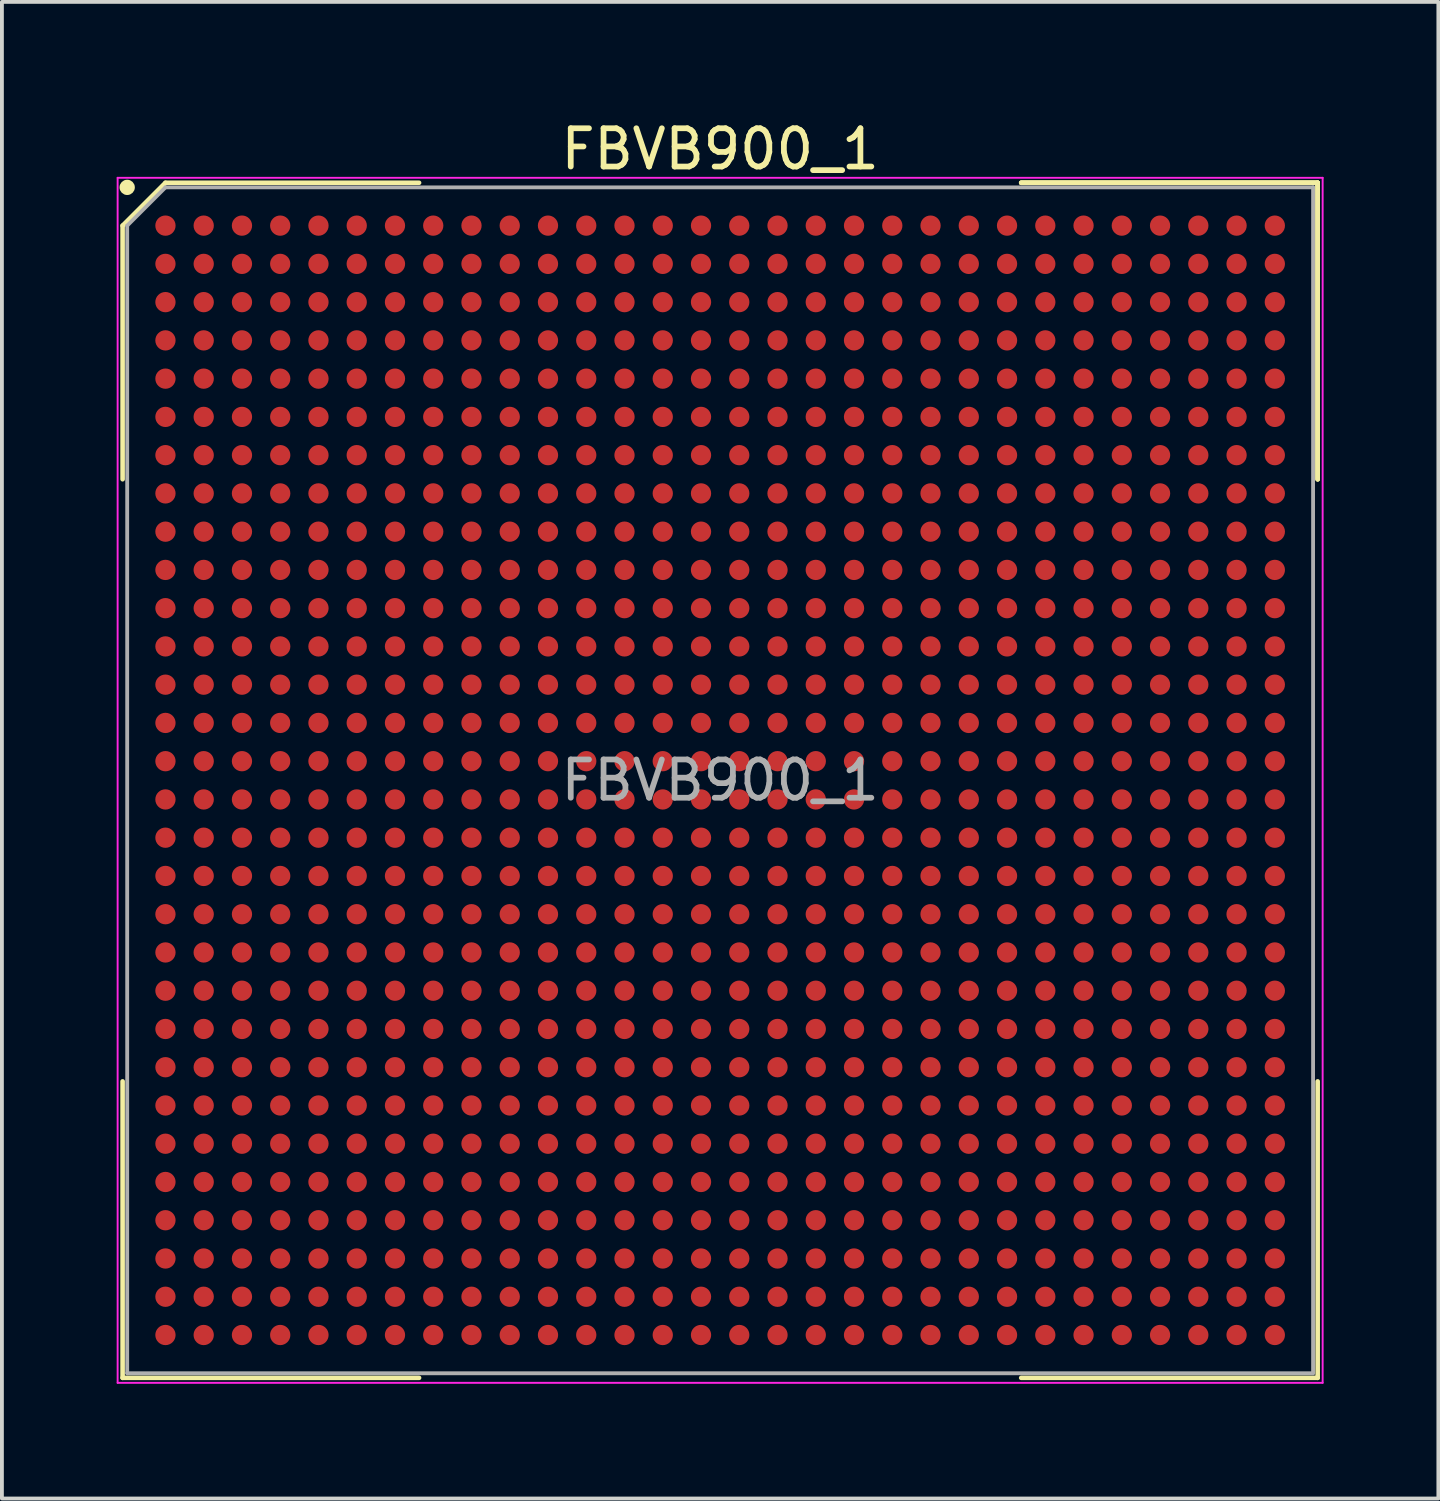
<source format=kicad_pcb>
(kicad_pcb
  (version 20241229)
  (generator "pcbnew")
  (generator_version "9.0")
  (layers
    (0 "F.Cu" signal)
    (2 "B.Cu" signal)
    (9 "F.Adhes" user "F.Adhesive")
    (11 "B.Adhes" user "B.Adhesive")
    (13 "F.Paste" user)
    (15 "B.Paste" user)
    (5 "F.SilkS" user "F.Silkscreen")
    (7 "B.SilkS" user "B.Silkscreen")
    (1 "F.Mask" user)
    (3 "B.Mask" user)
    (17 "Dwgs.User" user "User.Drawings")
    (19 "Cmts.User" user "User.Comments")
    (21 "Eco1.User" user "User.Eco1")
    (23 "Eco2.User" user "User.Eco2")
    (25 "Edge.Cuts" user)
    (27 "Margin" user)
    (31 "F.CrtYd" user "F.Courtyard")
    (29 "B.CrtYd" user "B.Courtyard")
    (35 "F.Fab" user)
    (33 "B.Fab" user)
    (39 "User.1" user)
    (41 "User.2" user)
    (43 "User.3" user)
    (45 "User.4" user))
  (footprint "FBVB900_1"
    (layer "F.Cu")
    (at 15.775 17.348)
    (property "Reference" "FBVB900_1" (at 0 -16.5 0) (layer "F.SilkS") (effects (font (size 1 1) (thickness 0.15))))
    (attr smd)
    (fp_line (start -15.62 -14.5) (end -15.62 -7.87) (stroke (width 0.12) (type solid)) (layer "F.SilkS"))
    (fp_line (start -15.62 15.62) (end -15.62 7.87) (stroke (width 0.12) (type solid)) (layer "F.SilkS"))
    (fp_line (start -14.5 -15.62) (end -15.62 -14.5) (stroke (width 0.12) (type solid)) (layer "F.SilkS"))
    (fp_line (start -7.87 -15.62) (end -14.5 -15.62) (stroke (width 0.12) (type solid)) (layer "F.SilkS"))
    (fp_line (start -7.87 15.62) (end -15.62 15.62) (stroke (width 0.12) (type solid)) (layer "F.SilkS"))
    (fp_line (start 7.87 -15.62) (end 15.62 -15.62) (stroke (width 0.12) (type solid)) (layer "F.SilkS"))
    (fp_line (start 7.87 -15.62) (end 15.62 -15.62) (stroke (width 0.12) (type solid)) (layer "F.SilkS"))
    (fp_line (start 7.87 -15.62) (end 15.62 -15.62) (stroke (width 0.12) (type solid)) (layer "F.SilkS"))
    (fp_line (start 7.87 15.62) (end 15.62 15.62) (stroke (width 0.12) (type solid)) (layer "F.SilkS"))
    (fp_line (start 15.62 -15.62) (end 15.62 -7.87) (stroke (width 0.12) (type solid)) (layer "F.SilkS"))
    (fp_line (start 15.62 -15.62) (end 15.62 -7.87) (stroke (width 0.12) (type solid)) (layer "F.SilkS"))
    (fp_line (start 15.62 -15.62) (end 15.62 -7.87) (stroke (width 0.12) (type solid)) (layer "F.SilkS"))
    (fp_line (start 15.62 15.62) (end 15.62 7.87) (stroke (width 0.12) (type solid)) (layer "F.SilkS"))
    (fp_circle (center -15.5 -15.5) (end -15.5 -15.4) (stroke (width 0.2) (type solid)) (fill no) (layer "F.SilkS"))
    (fp_line (start -15.75 -15.75) (end 15.75 -15.75) (stroke (width 0.05) (type solid)) (layer "F.CrtYd"))
    (fp_line (start -15.75 15.75) (end -15.75 -15.75) (stroke (width 0.05) (type solid)) (layer "F.CrtYd"))
    (fp_line (start 15.75 -15.75) (end 15.75 15.75) (stroke (width 0.05) (type solid)) (layer "F.CrtYd"))
    (fp_line (start 15.75 15.75) (end -15.75 15.75) (stroke (width 0.05) (type solid)) (layer "F.CrtYd"))
    (fp_line (start -15.5 -14.5) (end -15.5 15.5) (stroke (width 0.1) (type solid)) (layer "F.Fab"))
    (fp_line (start -15.5 15.5) (end 15.5 15.5) (stroke (width 0.1) (type solid)) (layer "F.Fab"))
    (fp_line (start -14.5 -15.5) (end -15.5 -14.5) (stroke (width 0.1) (type solid)) (layer "F.Fab"))
    (fp_line (start 15.5 -15.5) (end -14.5 -15.5) (stroke (width 0.1) (type solid)) (layer "F.Fab"))
    (fp_line (start 15.5 15.5) (end 15.5 -15.5) (stroke (width 0.1) (type solid)) (layer "F.Fab"))
    (fp_text user "${REFERENCE}" (at 0 0 0) (layer "F.Fab") (effects (font (size 1 1) (thickness 0.15))))
    (pad "A1" smd circle (at -14.5 -14.5) (size 0.53 0.53) (layers "F.Cu" "F.Mask" "F.Paste"))
    (pad "A2" smd circle (at -13.5 -14.5) (size 0.53 0.53) (layers "F.Cu" "F.Mask" "F.Paste"))
    (pad "A3" smd circle (at -12.5 -14.5) (size 0.53 0.53) (layers "F.Cu" "F.Mask" "F.Paste"))
    (pad "A4" smd circle (at -11.5 -14.5) (size 0.53 0.53) (layers "F.Cu" "F.Mask" "F.Paste"))
    (pad "A5" smd circle (at -10.5 -14.5) (size 0.53 0.53) (layers "F.Cu" "F.Mask" "F.Paste"))
    (pad "A6" smd circle (at -9.5 -14.5) (size 0.53 0.53) (layers "F.Cu" "F.Mask" "F.Paste"))
    (pad "A7" smd circle (at -8.5 -14.5) (size 0.53 0.53) (layers "F.Cu" "F.Mask" "F.Paste"))
    (pad "A8" smd circle (at -7.5 -14.5) (size 0.53 0.53) (layers "F.Cu" "F.Mask" "F.Paste"))
    (pad "A9" smd circle (at -6.5 -14.5) (size 0.53 0.53) (layers "F.Cu" "F.Mask" "F.Paste"))
    (pad "A10" smd circle (at -5.5 -14.5) (size 0.53 0.53) (layers "F.Cu" "F.Mask" "F.Paste"))
    (pad "A11" smd circle (at -4.5 -14.5) (size 0.53 0.53) (layers "F.Cu" "F.Mask" "F.Paste"))
    (pad "A12" smd circle (at -3.5 -14.5) (size 0.53 0.53) (layers "F.Cu" "F.Mask" "F.Paste"))
    (pad "A13" smd circle (at -2.5 -14.5) (size 0.53 0.53) (layers "F.Cu" "F.Mask" "F.Paste"))
    (pad "A14" smd circle (at -1.5 -14.5) (size 0.53 0.53) (layers "F.Cu" "F.Mask" "F.Paste"))
    (pad "A15" smd circle (at -0.5 -14.5) (size 0.53 0.53) (layers "F.Cu" "F.Mask" "F.Paste"))
    (pad "A16" smd circle (at 0.5 -14.5) (size 0.53 0.53) (layers "F.Cu" "F.Mask" "F.Paste"))
    (pad "A17" smd circle (at 1.5 -14.5) (size 0.53 0.53) (layers "F.Cu" "F.Mask" "F.Paste"))
    (pad "A18" smd circle (at 2.5 -14.5) (size 0.53 0.53) (layers "F.Cu" "F.Mask" "F.Paste"))
    (pad "A19" smd circle (at 3.5 -14.5) (size 0.53 0.53) (layers "F.Cu" "F.Mask" "F.Paste"))
    (pad "A20" smd circle (at 4.5 -14.5) (size 0.53 0.53) (layers "F.Cu" "F.Mask" "F.Paste"))
    (pad "A21" smd circle (at 5.5 -14.5) (size 0.53 0.53) (layers "F.Cu" "F.Mask" "F.Paste"))
    (pad "A22" smd circle (at 6.5 -14.5) (size 0.53 0.53) (layers "F.Cu" "F.Mask" "F.Paste"))
    (pad "A23" smd circle (at 7.5 -14.5) (size 0.53 0.53) (layers "F.Cu" "F.Mask" "F.Paste"))
    (pad "A24" smd circle (at 8.5 -14.5) (size 0.53 0.53) (layers "F.Cu" "F.Mask" "F.Paste"))
    (pad "A25" smd circle (at 9.5 -14.5) (size 0.53 0.53) (layers "F.Cu" "F.Mask" "F.Paste"))
    (pad "A26" smd circle (at 10.5 -14.5) (size 0.53 0.53) (layers "F.Cu" "F.Mask" "F.Paste"))
    (pad "A27" smd circle (at 11.5 -14.5) (size 0.53 0.53) (layers "F.Cu" "F.Mask" "F.Paste"))
    (pad "A28" smd circle (at 12.5 -14.5) (size 0.53 0.53) (layers "F.Cu" "F.Mask" "F.Paste"))
    (pad "A29" smd circle (at 13.5 -14.5) (size 0.53 0.53) (layers "F.Cu" "F.Mask" "F.Paste"))
    (pad "A30" smd circle (at 14.5 -14.5) (size 0.53 0.53) (layers "F.Cu" "F.Mask" "F.Paste"))
    (pad "AA1" smd circle (at -14.5 5.5) (size 0.53 0.53) (layers "F.Cu" "F.Mask" "F.Paste"))
    (pad "AA2" smd circle (at -13.5 5.5) (size 0.53 0.53) (layers "F.Cu" "F.Mask" "F.Paste"))
    (pad "AA3" smd circle (at -12.5 5.5) (size 0.53 0.53) (layers "F.Cu" "F.Mask" "F.Paste"))
    (pad "AA4" smd circle (at -11.5 5.5) (size 0.53 0.53) (layers "F.Cu" "F.Mask" "F.Paste"))
    (pad "AA5" smd circle (at -10.5 5.5) (size 0.53 0.53) (layers "F.Cu" "F.Mask" "F.Paste"))
    (pad "AA6" smd circle (at -9.5 5.5) (size 0.53 0.53) (layers "F.Cu" "F.Mask" "F.Paste"))
    (pad "AA7" smd circle (at -8.5 5.5) (size 0.53 0.53) (layers "F.Cu" "F.Mask" "F.Paste"))
    (pad "AA8" smd circle (at -7.5 5.5) (size 0.53 0.53) (layers "F.Cu" "F.Mask" "F.Paste"))
    (pad "AA9" smd circle (at -6.5 5.5) (size 0.53 0.53) (layers "F.Cu" "F.Mask" "F.Paste"))
    (pad "AA10" smd circle (at -5.5 5.5) (size 0.53 0.53) (layers "F.Cu" "F.Mask" "F.Paste"))
    (pad "AA11" smd circle (at -4.5 5.5) (size 0.53 0.53) (layers "F.Cu" "F.Mask" "F.Paste"))
    (pad "AA12" smd circle (at -3.5 5.5) (size 0.53 0.53) (layers "F.Cu" "F.Mask" "F.Paste"))
    (pad "AA13" smd circle (at -2.5 5.5) (size 0.53 0.53) (layers "F.Cu" "F.Mask" "F.Paste"))
    (pad "AA14" smd circle (at -1.5 5.5) (size 0.53 0.53) (layers "F.Cu" "F.Mask" "F.Paste"))
    (pad "AA15" smd circle (at -0.5 5.5) (size 0.53 0.53) (layers "F.Cu" "F.Mask" "F.Paste"))
    (pad "AA16" smd circle (at 0.5 5.5) (size 0.53 0.53) (layers "F.Cu" "F.Mask" "F.Paste"))
    (pad "AA17" smd circle (at 1.5 5.5) (size 0.53 0.53) (layers "F.Cu" "F.Mask" "F.Paste"))
    (pad "AA18" smd circle (at 2.5 5.5) (size 0.53 0.53) (layers "F.Cu" "F.Mask" "F.Paste"))
    (pad "AA19" smd circle (at 3.5 5.5) (size 0.53 0.53) (layers "F.Cu" "F.Mask" "F.Paste"))
    (pad "AA20" smd circle (at 4.5 5.5) (size 0.53 0.53) (layers "F.Cu" "F.Mask" "F.Paste"))
    (pad "AA21" smd circle (at 5.5 5.5) (size 0.53 0.53) (layers "F.Cu" "F.Mask" "F.Paste"))
    (pad "AA22" smd circle (at 6.5 5.5) (size 0.53 0.53) (layers "F.Cu" "F.Mask" "F.Paste"))
    (pad "AA23" smd circle (at 7.5 5.5) (size 0.53 0.53) (layers "F.Cu" "F.Mask" "F.Paste"))
    (pad "AA24" smd circle (at 8.5 5.5) (size 0.53 0.53) (layers "F.Cu" "F.Mask" "F.Paste"))
    (pad "AA25" smd circle (at 9.5 5.5) (size 0.53 0.53) (layers "F.Cu" "F.Mask" "F.Paste"))
    (pad "AA26" smd circle (at 10.5 5.5) (size 0.53 0.53) (layers "F.Cu" "F.Mask" "F.Paste"))
    (pad "AA27" smd circle (at 11.5 5.5) (size 0.53 0.53) (layers "F.Cu" "F.Mask" "F.Paste"))
    (pad "AA28" smd circle (at 12.5 5.5) (size 0.53 0.53) (layers "F.Cu" "F.Mask" "F.Paste"))
    (pad "AA29" smd circle (at 13.5 5.5) (size 0.53 0.53) (layers "F.Cu" "F.Mask" "F.Paste"))
    (pad "AA30" smd circle (at 14.5 5.5) (size 0.53 0.53) (layers "F.Cu" "F.Mask" "F.Paste"))
    (pad "AB1" smd circle (at -14.5 6.5) (size 0.53 0.53) (layers "F.Cu" "F.Mask" "F.Paste"))
    (pad "AB2" smd circle (at -13.5 6.5) (size 0.53 0.53) (layers "F.Cu" "F.Mask" "F.Paste"))
    (pad "AB3" smd circle (at -12.5 6.5) (size 0.53 0.53) (layers "F.Cu" "F.Mask" "F.Paste"))
    (pad "AB4" smd circle (at -11.5 6.5) (size 0.53 0.53) (layers "F.Cu" "F.Mask" "F.Paste"))
    (pad "AB5" smd circle (at -10.5 6.5) (size 0.53 0.53) (layers "F.Cu" "F.Mask" "F.Paste"))
    (pad "AB6" smd circle (at -9.5 6.5) (size 0.53 0.53) (layers "F.Cu" "F.Mask" "F.Paste"))
    (pad "AB7" smd circle (at -8.5 6.5) (size 0.53 0.53) (layers "F.Cu" "F.Mask" "F.Paste"))
    (pad "AB8" smd circle (at -7.5 6.5) (size 0.53 0.53) (layers "F.Cu" "F.Mask" "F.Paste"))
    (pad "AB9" smd circle (at -6.5 6.5) (size 0.53 0.53) (layers "F.Cu" "F.Mask" "F.Paste"))
    (pad "AB10" smd circle (at -5.5 6.5) (size 0.53 0.53) (layers "F.Cu" "F.Mask" "F.Paste"))
    (pad "AB11" smd circle (at -4.5 6.5) (size 0.53 0.53) (layers "F.Cu" "F.Mask" "F.Paste"))
    (pad "AB12" smd circle (at -3.5 6.5) (size 0.53 0.53) (layers "F.Cu" "F.Mask" "F.Paste"))
    (pad "AB13" smd circle (at -2.5 6.5) (size 0.53 0.53) (layers "F.Cu" "F.Mask" "F.Paste"))
    (pad "AB14" smd circle (at -1.5 6.5) (size 0.53 0.53) (layers "F.Cu" "F.Mask" "F.Paste"))
    (pad "AB15" smd circle (at -0.5 6.5) (size 0.53 0.53) (layers "F.Cu" "F.Mask" "F.Paste"))
    (pad "AB16" smd circle (at 0.5 6.5) (size 0.53 0.53) (layers "F.Cu" "F.Mask" "F.Paste"))
    (pad "AB17" smd circle (at 1.5 6.5) (size 0.53 0.53) (layers "F.Cu" "F.Mask" "F.Paste"))
    (pad "AB18" smd circle (at 2.5 6.5) (size 0.53 0.53) (layers "F.Cu" "F.Mask" "F.Paste"))
    (pad "AB19" smd circle (at 3.5 6.5) (size 0.53 0.53) (layers "F.Cu" "F.Mask" "F.Paste"))
    (pad "AB20" smd circle (at 4.5 6.5) (size 0.53 0.53) (layers "F.Cu" "F.Mask" "F.Paste"))
    (pad "AB21" smd circle (at 5.5 6.5) (size 0.53 0.53) (layers "F.Cu" "F.Mask" "F.Paste"))
    (pad "AB22" smd circle (at 6.5 6.5) (size 0.53 0.53) (layers "F.Cu" "F.Mask" "F.Paste"))
    (pad "AB23" smd circle (at 7.5 6.5) (size 0.53 0.53) (layers "F.Cu" "F.Mask" "F.Paste"))
    (pad "AB24" smd circle (at 8.5 6.5) (size 0.53 0.53) (layers "F.Cu" "F.Mask" "F.Paste"))
    (pad "AB25" smd circle (at 9.5 6.5) (size 0.53 0.53) (layers "F.Cu" "F.Mask" "F.Paste"))
    (pad "AB26" smd circle (at 10.5 6.5) (size 0.53 0.53) (layers "F.Cu" "F.Mask" "F.Paste"))
    (pad "AB27" smd circle (at 11.5 6.5) (size 0.53 0.53) (layers "F.Cu" "F.Mask" "F.Paste"))
    (pad "AB28" smd circle (at 12.5 6.5) (size 0.53 0.53) (layers "F.Cu" "F.Mask" "F.Paste"))
    (pad "AB29" smd circle (at 13.5 6.5) (size 0.53 0.53) (layers "F.Cu" "F.Mask" "F.Paste"))
    (pad "AB30" smd circle (at 14.5 6.5) (size 0.53 0.53) (layers "F.Cu" "F.Mask" "F.Paste"))
    (pad "AC1" smd circle (at -14.5 7.5) (size 0.53 0.53) (layers "F.Cu" "F.Mask" "F.Paste"))
    (pad "AC2" smd circle (at -13.5 7.5) (size 0.53 0.53) (layers "F.Cu" "F.Mask" "F.Paste"))
    (pad "AC3" smd circle (at -12.5 7.5) (size 0.53 0.53) (layers "F.Cu" "F.Mask" "F.Paste"))
    (pad "AC4" smd circle (at -11.5 7.5) (size 0.53 0.53) (layers "F.Cu" "F.Mask" "F.Paste"))
    (pad "AC5" smd circle (at -10.5 7.5) (size 0.53 0.53) (layers "F.Cu" "F.Mask" "F.Paste"))
    (pad "AC6" smd circle (at -9.5 7.5) (size 0.53 0.53) (layers "F.Cu" "F.Mask" "F.Paste"))
    (pad "AC7" smd circle (at -8.5 7.5) (size 0.53 0.53) (layers "F.Cu" "F.Mask" "F.Paste"))
    (pad "AC8" smd circle (at -7.5 7.5) (size 0.53 0.53) (layers "F.Cu" "F.Mask" "F.Paste"))
    (pad "AC9" smd circle (at -6.5 7.5) (size 0.53 0.53) (layers "F.Cu" "F.Mask" "F.Paste"))
    (pad "AC10" smd circle (at -5.5 7.5) (size 0.53 0.53) (layers "F.Cu" "F.Mask" "F.Paste"))
    (pad "AC11" smd circle (at -4.5 7.5) (size 0.53 0.53) (layers "F.Cu" "F.Mask" "F.Paste"))
    (pad "AC12" smd circle (at -3.5 7.5) (size 0.53 0.53) (layers "F.Cu" "F.Mask" "F.Paste"))
    (pad "AC13" smd circle (at -2.5 7.5) (size 0.53 0.53) (layers "F.Cu" "F.Mask" "F.Paste"))
    (pad "AC14" smd circle (at -1.5 7.5) (size 0.53 0.53) (layers "F.Cu" "F.Mask" "F.Paste"))
    (pad "AC15" smd circle (at -0.5 7.5) (size 0.53 0.53) (layers "F.Cu" "F.Mask" "F.Paste"))
    (pad "AC16" smd circle (at 0.5 7.5) (size 0.53 0.53) (layers "F.Cu" "F.Mask" "F.Paste"))
    (pad "AC17" smd circle (at 1.5 7.5) (size 0.53 0.53) (layers "F.Cu" "F.Mask" "F.Paste"))
    (pad "AC18" smd circle (at 2.5 7.5) (size 0.53 0.53) (layers "F.Cu" "F.Mask" "F.Paste"))
    (pad "AC19" smd circle (at 3.5 7.5) (size 0.53 0.53) (layers "F.Cu" "F.Mask" "F.Paste"))
    (pad "AC20" smd circle (at 4.5 7.5) (size 0.53 0.53) (layers "F.Cu" "F.Mask" "F.Paste"))
    (pad "AC21" smd circle (at 5.5 7.5) (size 0.53 0.53) (layers "F.Cu" "F.Mask" "F.Paste"))
    (pad "AC22" smd circle (at 6.5 7.5) (size 0.53 0.53) (layers "F.Cu" "F.Mask" "F.Paste"))
    (pad "AC23" smd circle (at 7.5 7.5) (size 0.53 0.53) (layers "F.Cu" "F.Mask" "F.Paste"))
    (pad "AC24" smd circle (at 8.5 7.5) (size 0.53 0.53) (layers "F.Cu" "F.Mask" "F.Paste"))
    (pad "AC25" smd circle (at 9.5 7.5) (size 0.53 0.53) (layers "F.Cu" "F.Mask" "F.Paste"))
    (pad "AC26" smd circle (at 10.5 7.5) (size 0.53 0.53) (layers "F.Cu" "F.Mask" "F.Paste"))
    (pad "AC27" smd circle (at 11.5 7.5) (size 0.53 0.53) (layers "F.Cu" "F.Mask" "F.Paste"))
    (pad "AC28" smd circle (at 12.5 7.5) (size 0.53 0.53) (layers "F.Cu" "F.Mask" "F.Paste"))
    (pad "AC29" smd circle (at 13.5 7.5) (size 0.53 0.53) (layers "F.Cu" "F.Mask" "F.Paste"))
    (pad "AC30" smd circle (at 14.5 7.5) (size 0.53 0.53) (layers "F.Cu" "F.Mask" "F.Paste"))
    (pad "AD1" smd circle (at -14.5 8.5) (size 0.53 0.53) (layers "F.Cu" "F.Mask" "F.Paste"))
    (pad "AD2" smd circle (at -13.5 8.5) (size 0.53 0.53) (layers "F.Cu" "F.Mask" "F.Paste"))
    (pad "AD3" smd circle (at -12.5 8.5) (size 0.53 0.53) (layers "F.Cu" "F.Mask" "F.Paste"))
    (pad "AD4" smd circle (at -11.5 8.5) (size 0.53 0.53) (layers "F.Cu" "F.Mask" "F.Paste"))
    (pad "AD5" smd circle (at -10.5 8.5) (size 0.53 0.53) (layers "F.Cu" "F.Mask" "F.Paste"))
    (pad "AD6" smd circle (at -9.5 8.5) (size 0.53 0.53) (layers "F.Cu" "F.Mask" "F.Paste"))
    (pad "AD7" smd circle (at -8.5 8.5) (size 0.53 0.53) (layers "F.Cu" "F.Mask" "F.Paste"))
    (pad "AD8" smd circle (at -7.5 8.5) (size 0.53 0.53) (layers "F.Cu" "F.Mask" "F.Paste"))
    (pad "AD9" smd circle (at -6.5 8.5) (size 0.53 0.53) (layers "F.Cu" "F.Mask" "F.Paste"))
    (pad "AD10" smd circle (at -5.5 8.5) (size 0.53 0.53) (layers "F.Cu" "F.Mask" "F.Paste"))
    (pad "AD11" smd circle (at -4.5 8.5) (size 0.53 0.53) (layers "F.Cu" "F.Mask" "F.Paste"))
    (pad "AD12" smd circle (at -3.5 8.5) (size 0.53 0.53) (layers "F.Cu" "F.Mask" "F.Paste"))
    (pad "AD13" smd circle (at -2.5 8.5) (size 0.53 0.53) (layers "F.Cu" "F.Mask" "F.Paste"))
    (pad "AD14" smd circle (at -1.5 8.5) (size 0.53 0.53) (layers "F.Cu" "F.Mask" "F.Paste"))
    (pad "AD15" smd circle (at -0.5 8.5) (size 0.53 0.53) (layers "F.Cu" "F.Mask" "F.Paste"))
    (pad "AD16" smd circle (at 0.5 8.5) (size 0.53 0.53) (layers "F.Cu" "F.Mask" "F.Paste"))
    (pad "AD17" smd circle (at 1.5 8.5) (size 0.53 0.53) (layers "F.Cu" "F.Mask" "F.Paste"))
    (pad "AD18" smd circle (at 2.5 8.5) (size 0.53 0.53) (layers "F.Cu" "F.Mask" "F.Paste"))
    (pad "AD19" smd circle (at 3.5 8.5) (size 0.53 0.53) (layers "F.Cu" "F.Mask" "F.Paste"))
    (pad "AD20" smd circle (at 4.5 8.5) (size 0.53 0.53) (layers "F.Cu" "F.Mask" "F.Paste"))
    (pad "AD21" smd circle (at 5.5 8.5) (size 0.53 0.53) (layers "F.Cu" "F.Mask" "F.Paste"))
    (pad "AD22" smd circle (at 6.5 8.5) (size 0.53 0.53) (layers "F.Cu" "F.Mask" "F.Paste"))
    (pad "AD23" smd circle (at 7.5 8.5) (size 0.53 0.53) (layers "F.Cu" "F.Mask" "F.Paste"))
    (pad "AD24" smd circle (at 8.5 8.5) (size 0.53 0.53) (layers "F.Cu" "F.Mask" "F.Paste"))
    (pad "AD25" smd circle (at 9.5 8.5) (size 0.53 0.53) (layers "F.Cu" "F.Mask" "F.Paste"))
    (pad "AD26" smd circle (at 10.5 8.5) (size 0.53 0.53) (layers "F.Cu" "F.Mask" "F.Paste"))
    (pad "AD27" smd circle (at 11.5 8.5) (size 0.53 0.53) (layers "F.Cu" "F.Mask" "F.Paste"))
    (pad "AD28" smd circle (at 12.5 8.5) (size 0.53 0.53) (layers "F.Cu" "F.Mask" "F.Paste"))
    (pad "AD29" smd circle (at 13.5 8.5) (size 0.53 0.53) (layers "F.Cu" "F.Mask" "F.Paste"))
    (pad "AD30" smd circle (at 14.5 8.5) (size 0.53 0.53) (layers "F.Cu" "F.Mask" "F.Paste"))
    (pad "AE1" smd circle (at -14.5 9.5) (size 0.53 0.53) (layers "F.Cu" "F.Mask" "F.Paste"))
    (pad "AE2" smd circle (at -13.5 9.5) (size 0.53 0.53) (layers "F.Cu" "F.Mask" "F.Paste"))
    (pad "AE3" smd circle (at -12.5 9.5) (size 0.53 0.53) (layers "F.Cu" "F.Mask" "F.Paste"))
    (pad "AE4" smd circle (at -11.5 9.5) (size 0.53 0.53) (layers "F.Cu" "F.Mask" "F.Paste"))
    (pad "AE5" smd circle (at -10.5 9.5) (size 0.53 0.53) (layers "F.Cu" "F.Mask" "F.Paste"))
    (pad "AE6" smd circle (at -9.5 9.5) (size 0.53 0.53) (layers "F.Cu" "F.Mask" "F.Paste"))
    (pad "AE7" smd circle (at -8.5 9.5) (size 0.53 0.53) (layers "F.Cu" "F.Mask" "F.Paste"))
    (pad "AE8" smd circle (at -7.5 9.5) (size 0.53 0.53) (layers "F.Cu" "F.Mask" "F.Paste"))
    (pad "AE9" smd circle (at -6.5 9.5) (size 0.53 0.53) (layers "F.Cu" "F.Mask" "F.Paste"))
    (pad "AE10" smd circle (at -5.5 9.5) (size 0.53 0.53) (layers "F.Cu" "F.Mask" "F.Paste"))
    (pad "AE11" smd circle (at -4.5 9.5) (size 0.53 0.53) (layers "F.Cu" "F.Mask" "F.Paste"))
    (pad "AE12" smd circle (at -3.5 9.5) (size 0.53 0.53) (layers "F.Cu" "F.Mask" "F.Paste"))
    (pad "AE13" smd circle (at -2.5 9.5) (size 0.53 0.53) (layers "F.Cu" "F.Mask" "F.Paste"))
    (pad "AE14" smd circle (at -1.5 9.5) (size 0.53 0.53) (layers "F.Cu" "F.Mask" "F.Paste"))
    (pad "AE15" smd circle (at -0.5 9.5) (size 0.53 0.53) (layers "F.Cu" "F.Mask" "F.Paste"))
    (pad "AE16" smd circle (at 0.5 9.5) (size 0.53 0.53) (layers "F.Cu" "F.Mask" "F.Paste"))
    (pad "AE17" smd circle (at 1.5 9.5) (size 0.53 0.53) (layers "F.Cu" "F.Mask" "F.Paste"))
    (pad "AE18" smd circle (at 2.5 9.5) (size 0.53 0.53) (layers "F.Cu" "F.Mask" "F.Paste"))
    (pad "AE19" smd circle (at 3.5 9.5) (size 0.53 0.53) (layers "F.Cu" "F.Mask" "F.Paste"))
    (pad "AE20" smd circle (at 4.5 9.5) (size 0.53 0.53) (layers "F.Cu" "F.Mask" "F.Paste"))
    (pad "AE21" smd circle (at 5.5 9.5) (size 0.53 0.53) (layers "F.Cu" "F.Mask" "F.Paste"))
    (pad "AE22" smd circle (at 6.5 9.5) (size 0.53 0.53) (layers "F.Cu" "F.Mask" "F.Paste"))
    (pad "AE23" smd circle (at 7.5 9.5) (size 0.53 0.53) (layers "F.Cu" "F.Mask" "F.Paste"))
    (pad "AE24" smd circle (at 8.5 9.5) (size 0.53 0.53) (layers "F.Cu" "F.Mask" "F.Paste"))
    (pad "AE25" smd circle (at 9.5 9.5) (size 0.53 0.53) (layers "F.Cu" "F.Mask" "F.Paste"))
    (pad "AE26" smd circle (at 10.5 9.5) (size 0.53 0.53) (layers "F.Cu" "F.Mask" "F.Paste"))
    (pad "AE27" smd circle (at 11.5 9.5) (size 0.53 0.53) (layers "F.Cu" "F.Mask" "F.Paste"))
    (pad "AE28" smd circle (at 12.5 9.5) (size 0.53 0.53) (layers "F.Cu" "F.Mask" "F.Paste"))
    (pad "AE29" smd circle (at 13.5 9.5) (size 0.53 0.53) (layers "F.Cu" "F.Mask" "F.Paste"))
    (pad "AE30" smd circle (at 14.5 9.5) (size 0.53 0.53) (layers "F.Cu" "F.Mask" "F.Paste"))
    (pad "AF1" smd circle (at -14.5 10.5) (size 0.53 0.53) (layers "F.Cu" "F.Mask" "F.Paste"))
    (pad "AF2" smd circle (at -13.5 10.5) (size 0.53 0.53) (layers "F.Cu" "F.Mask" "F.Paste"))
    (pad "AF3" smd circle (at -12.5 10.5) (size 0.53 0.53) (layers "F.Cu" "F.Mask" "F.Paste"))
    (pad "AF4" smd circle (at -11.5 10.5) (size 0.53 0.53) (layers "F.Cu" "F.Mask" "F.Paste"))
    (pad "AF5" smd circle (at -10.5 10.5) (size 0.53 0.53) (layers "F.Cu" "F.Mask" "F.Paste"))
    (pad "AF6" smd circle (at -9.5 10.5) (size 0.53 0.53) (layers "F.Cu" "F.Mask" "F.Paste"))
    (pad "AF7" smd circle (at -8.5 10.5) (size 0.53 0.53) (layers "F.Cu" "F.Mask" "F.Paste"))
    (pad "AF8" smd circle (at -7.5 10.5) (size 0.53 0.53) (layers "F.Cu" "F.Mask" "F.Paste"))
    (pad "AF9" smd circle (at -6.5 10.5) (size 0.53 0.53) (layers "F.Cu" "F.Mask" "F.Paste"))
    (pad "AF10" smd circle (at -5.5 10.5) (size 0.53 0.53) (layers "F.Cu" "F.Mask" "F.Paste"))
    (pad "AF11" smd circle (at -4.5 10.5) (size 0.53 0.53) (layers "F.Cu" "F.Mask" "F.Paste"))
    (pad "AF12" smd circle (at -3.5 10.5) (size 0.53 0.53) (layers "F.Cu" "F.Mask" "F.Paste"))
    (pad "AF13" smd circle (at -2.5 10.5) (size 0.53 0.53) (layers "F.Cu" "F.Mask" "F.Paste"))
    (pad "AF14" smd circle (at -1.5 10.5) (size 0.53 0.53) (layers "F.Cu" "F.Mask" "F.Paste"))
    (pad "AF15" smd circle (at -0.5 10.5) (size 0.53 0.53) (layers "F.Cu" "F.Mask" "F.Paste"))
    (pad "AF16" smd circle (at 0.5 10.5) (size 0.53 0.53) (layers "F.Cu" "F.Mask" "F.Paste"))
    (pad "AF17" smd circle (at 1.5 10.5) (size 0.53 0.53) (layers "F.Cu" "F.Mask" "F.Paste"))
    (pad "AF18" smd circle (at 2.5 10.5) (size 0.53 0.53) (layers "F.Cu" "F.Mask" "F.Paste"))
    (pad "AF19" smd circle (at 3.5 10.5) (size 0.53 0.53) (layers "F.Cu" "F.Mask" "F.Paste"))
    (pad "AF20" smd circle (at 4.5 10.5) (size 0.53 0.53) (layers "F.Cu" "F.Mask" "F.Paste"))
    (pad "AF21" smd circle (at 5.5 10.5) (size 0.53 0.53) (layers "F.Cu" "F.Mask" "F.Paste"))
    (pad "AF22" smd circle (at 6.5 10.5) (size 0.53 0.53) (layers "F.Cu" "F.Mask" "F.Paste"))
    (pad "AF23" smd circle (at 7.5 10.5) (size 0.53 0.53) (layers "F.Cu" "F.Mask" "F.Paste"))
    (pad "AF24" smd circle (at 8.5 10.5) (size 0.53 0.53) (layers "F.Cu" "F.Mask" "F.Paste"))
    (pad "AF25" smd circle (at 9.5 10.5) (size 0.53 0.53) (layers "F.Cu" "F.Mask" "F.Paste"))
    (pad "AF26" smd circle (at 10.5 10.5) (size 0.53 0.53) (layers "F.Cu" "F.Mask" "F.Paste"))
    (pad "AF27" smd circle (at 11.5 10.5) (size 0.53 0.53) (layers "F.Cu" "F.Mask" "F.Paste"))
    (pad "AF28" smd circle (at 12.5 10.5) (size 0.53 0.53) (layers "F.Cu" "F.Mask" "F.Paste"))
    (pad "AF29" smd circle (at 13.5 10.5) (size 0.53 0.53) (layers "F.Cu" "F.Mask" "F.Paste"))
    (pad "AF30" smd circle (at 14.5 10.5) (size 0.53 0.53) (layers "F.Cu" "F.Mask" "F.Paste"))
    (pad "AG1" smd circle (at -14.5 11.5) (size 0.53 0.53) (layers "F.Cu" "F.Mask" "F.Paste"))
    (pad "AG2" smd circle (at -13.5 11.5) (size 0.53 0.53) (layers "F.Cu" "F.Mask" "F.Paste"))
    (pad "AG3" smd circle (at -12.5 11.5) (size 0.53 0.53) (layers "F.Cu" "F.Mask" "F.Paste"))
    (pad "AG4" smd circle (at -11.5 11.5) (size 0.53 0.53) (layers "F.Cu" "F.Mask" "F.Paste"))
    (pad "AG5" smd circle (at -10.5 11.5) (size 0.53 0.53) (layers "F.Cu" "F.Mask" "F.Paste"))
    (pad "AG6" smd circle (at -9.5 11.5) (size 0.53 0.53) (layers "F.Cu" "F.Mask" "F.Paste"))
    (pad "AG7" smd circle (at -8.5 11.5) (size 0.53 0.53) (layers "F.Cu" "F.Mask" "F.Paste"))
    (pad "AG8" smd circle (at -7.5 11.5) (size 0.53 0.53) (layers "F.Cu" "F.Mask" "F.Paste"))
    (pad "AG9" smd circle (at -6.5 11.5) (size 0.53 0.53) (layers "F.Cu" "F.Mask" "F.Paste"))
    (pad "AG10" smd circle (at -5.5 11.5) (size 0.53 0.53) (layers "F.Cu" "F.Mask" "F.Paste"))
    (pad "AG11" smd circle (at -4.5 11.5) (size 0.53 0.53) (layers "F.Cu" "F.Mask" "F.Paste"))
    (pad "AG12" smd circle (at -3.5 11.5) (size 0.53 0.53) (layers "F.Cu" "F.Mask" "F.Paste"))
    (pad "AG13" smd circle (at -2.5 11.5) (size 0.53 0.53) (layers "F.Cu" "F.Mask" "F.Paste"))
    (pad "AG14" smd circle (at -1.5 11.5) (size 0.53 0.53) (layers "F.Cu" "F.Mask" "F.Paste"))
    (pad "AG15" smd circle (at -0.5 11.5) (size 0.53 0.53) (layers "F.Cu" "F.Mask" "F.Paste"))
    (pad "AG16" smd circle (at 0.5 11.5) (size 0.53 0.53) (layers "F.Cu" "F.Mask" "F.Paste"))
    (pad "AG17" smd circle (at 1.5 11.5) (size 0.53 0.53) (layers "F.Cu" "F.Mask" "F.Paste"))
    (pad "AG18" smd circle (at 2.5 11.5) (size 0.53 0.53) (layers "F.Cu" "F.Mask" "F.Paste"))
    (pad "AG19" smd circle (at 3.5 11.5) (size 0.53 0.53) (layers "F.Cu" "F.Mask" "F.Paste"))
    (pad "AG20" smd circle (at 4.5 11.5) (size 0.53 0.53) (layers "F.Cu" "F.Mask" "F.Paste"))
    (pad "AG21" smd circle (at 5.5 11.5) (size 0.53 0.53) (layers "F.Cu" "F.Mask" "F.Paste"))
    (pad "AG22" smd circle (at 6.5 11.5) (size 0.53 0.53) (layers "F.Cu" "F.Mask" "F.Paste"))
    (pad "AG23" smd circle (at 7.5 11.5) (size 0.53 0.53) (layers "F.Cu" "F.Mask" "F.Paste"))
    (pad "AG24" smd circle (at 8.5 11.5) (size 0.53 0.53) (layers "F.Cu" "F.Mask" "F.Paste"))
    (pad "AG25" smd circle (at 9.5 11.5) (size 0.53 0.53) (layers "F.Cu" "F.Mask" "F.Paste"))
    (pad "AG26" smd circle (at 10.5 11.5) (size 0.53 0.53) (layers "F.Cu" "F.Mask" "F.Paste"))
    (pad "AG27" smd circle (at 11.5 11.5) (size 0.53 0.53) (layers "F.Cu" "F.Mask" "F.Paste"))
    (pad "AG28" smd circle (at 12.5 11.5) (size 0.53 0.53) (layers "F.Cu" "F.Mask" "F.Paste"))
    (pad "AG29" smd circle (at 13.5 11.5) (size 0.53 0.53) (layers "F.Cu" "F.Mask" "F.Paste"))
    (pad "AG30" smd circle (at 14.5 11.5) (size 0.53 0.53) (layers "F.Cu" "F.Mask" "F.Paste"))
    (pad "AH1" smd circle (at -14.5 12.5) (size 0.53 0.53) (layers "F.Cu" "F.Mask" "F.Paste"))
    (pad "AH2" smd circle (at -13.5 12.5) (size 0.53 0.53) (layers "F.Cu" "F.Mask" "F.Paste"))
    (pad "AH3" smd circle (at -12.5 12.5) (size 0.53 0.53) (layers "F.Cu" "F.Mask" "F.Paste"))
    (pad "AH4" smd circle (at -11.5 12.5) (size 0.53 0.53) (layers "F.Cu" "F.Mask" "F.Paste"))
    (pad "AH5" smd circle (at -10.5 12.5) (size 0.53 0.53) (layers "F.Cu" "F.Mask" "F.Paste"))
    (pad "AH6" smd circle (at -9.5 12.5) (size 0.53 0.53) (layers "F.Cu" "F.Mask" "F.Paste"))
    (pad "AH7" smd circle (at -8.5 12.5) (size 0.53 0.53) (layers "F.Cu" "F.Mask" "F.Paste"))
    (pad "AH8" smd circle (at -7.5 12.5) (size 0.53 0.53) (layers "F.Cu" "F.Mask" "F.Paste"))
    (pad "AH9" smd circle (at -6.5 12.5) (size 0.53 0.53) (layers "F.Cu" "F.Mask" "F.Paste"))
    (pad "AH10" smd circle (at -5.5 12.5) (size 0.53 0.53) (layers "F.Cu" "F.Mask" "F.Paste"))
    (pad "AH11" smd circle (at -4.5 12.5) (size 0.53 0.53) (layers "F.Cu" "F.Mask" "F.Paste"))
    (pad "AH12" smd circle (at -3.5 12.5) (size 0.53 0.53) (layers "F.Cu" "F.Mask" "F.Paste"))
    (pad "AH13" smd circle (at -2.5 12.5) (size 0.53 0.53) (layers "F.Cu" "F.Mask" "F.Paste"))
    (pad "AH14" smd circle (at -1.5 12.5) (size 0.53 0.53) (layers "F.Cu" "F.Mask" "F.Paste"))
    (pad "AH15" smd circle (at -0.5 12.5) (size 0.53 0.53) (layers "F.Cu" "F.Mask" "F.Paste"))
    (pad "AH16" smd circle (at 0.5 12.5) (size 0.53 0.53) (layers "F.Cu" "F.Mask" "F.Paste"))
    (pad "AH17" smd circle (at 1.5 12.5) (size 0.53 0.53) (layers "F.Cu" "F.Mask" "F.Paste"))
    (pad "AH18" smd circle (at 2.5 12.5) (size 0.53 0.53) (layers "F.Cu" "F.Mask" "F.Paste"))
    (pad "AH19" smd circle (at 3.5 12.5) (size 0.53 0.53) (layers "F.Cu" "F.Mask" "F.Paste"))
    (pad "AH20" smd circle (at 4.5 12.5) (size 0.53 0.53) (layers "F.Cu" "F.Mask" "F.Paste"))
    (pad "AH21" smd circle (at 5.5 12.5) (size 0.53 0.53) (layers "F.Cu" "F.Mask" "F.Paste"))
    (pad "AH22" smd circle (at 6.5 12.5) (size 0.53 0.53) (layers "F.Cu" "F.Mask" "F.Paste"))
    (pad "AH23" smd circle (at 7.5 12.5) (size 0.53 0.53) (layers "F.Cu" "F.Mask" "F.Paste"))
    (pad "AH24" smd circle (at 8.5 12.5) (size 0.53 0.53) (layers "F.Cu" "F.Mask" "F.Paste"))
    (pad "AH25" smd circle (at 9.5 12.5) (size 0.53 0.53) (layers "F.Cu" "F.Mask" "F.Paste"))
    (pad "AH26" smd circle (at 10.5 12.5) (size 0.53 0.53) (layers "F.Cu" "F.Mask" "F.Paste"))
    (pad "AH27" smd circle (at 11.5 12.5) (size 0.53 0.53) (layers "F.Cu" "F.Mask" "F.Paste"))
    (pad "AH28" smd circle (at 12.5 12.5) (size 0.53 0.53) (layers "F.Cu" "F.Mask" "F.Paste"))
    (pad "AH29" smd circle (at 13.5 12.5) (size 0.53 0.53) (layers "F.Cu" "F.Mask" "F.Paste"))
    (pad "AH30" smd circle (at 14.5 12.5) (size 0.53 0.53) (layers "F.Cu" "F.Mask" "F.Paste"))
    (pad "AJ1" smd circle (at -14.5 13.5) (size 0.53 0.53) (layers "F.Cu" "F.Mask" "F.Paste"))
    (pad "AJ2" smd circle (at -13.5 13.5) (size 0.53 0.53) (layers "F.Cu" "F.Mask" "F.Paste"))
    (pad "AJ3" smd circle (at -12.5 13.5) (size 0.53 0.53) (layers "F.Cu" "F.Mask" "F.Paste"))
    (pad "AJ4" smd circle (at -11.5 13.5) (size 0.53 0.53) (layers "F.Cu" "F.Mask" "F.Paste"))
    (pad "AJ5" smd circle (at -10.5 13.5) (size 0.53 0.53) (layers "F.Cu" "F.Mask" "F.Paste"))
    (pad "AJ6" smd circle (at -9.5 13.5) (size 0.53 0.53) (layers "F.Cu" "F.Mask" "F.Paste"))
    (pad "AJ7" smd circle (at -8.5 13.5) (size 0.53 0.53) (layers "F.Cu" "F.Mask" "F.Paste"))
    (pad "AJ8" smd circle (at -7.5 13.5) (size 0.53 0.53) (layers "F.Cu" "F.Mask" "F.Paste"))
    (pad "AJ9" smd circle (at -6.5 13.5) (size 0.53 0.53) (layers "F.Cu" "F.Mask" "F.Paste"))
    (pad "AJ10" smd circle (at -5.5 13.5) (size 0.53 0.53) (layers "F.Cu" "F.Mask" "F.Paste"))
    (pad "AJ11" smd circle (at -4.5 13.5) (size 0.53 0.53) (layers "F.Cu" "F.Mask" "F.Paste"))
    (pad "AJ12" smd circle (at -3.5 13.5) (size 0.53 0.53) (layers "F.Cu" "F.Mask" "F.Paste"))
    (pad "AJ13" smd circle (at -2.5 13.5) (size 0.53 0.53) (layers "F.Cu" "F.Mask" "F.Paste"))
    (pad "AJ14" smd circle (at -1.5 13.5) (size 0.53 0.53) (layers "F.Cu" "F.Mask" "F.Paste"))
    (pad "AJ15" smd circle (at -0.5 13.5) (size 0.53 0.53) (layers "F.Cu" "F.Mask" "F.Paste"))
    (pad "AJ16" smd circle (at 0.5 13.5) (size 0.53 0.53) (layers "F.Cu" "F.Mask" "F.Paste"))
    (pad "AJ17" smd circle (at 1.5 13.5) (size 0.53 0.53) (layers "F.Cu" "F.Mask" "F.Paste"))
    (pad "AJ18" smd circle (at 2.5 13.5) (size 0.53 0.53) (layers "F.Cu" "F.Mask" "F.Paste"))
    (pad "AJ19" smd circle (at 3.5 13.5) (size 0.53 0.53) (layers "F.Cu" "F.Mask" "F.Paste"))
    (pad "AJ20" smd circle (at 4.5 13.5) (size 0.53 0.53) (layers "F.Cu" "F.Mask" "F.Paste"))
    (pad "AJ21" smd circle (at 5.5 13.5) (size 0.53 0.53) (layers "F.Cu" "F.Mask" "F.Paste"))
    (pad "AJ22" smd circle (at 6.5 13.5) (size 0.53 0.53) (layers "F.Cu" "F.Mask" "F.Paste"))
    (pad "AJ23" smd circle (at 7.5 13.5) (size 0.53 0.53) (layers "F.Cu" "F.Mask" "F.Paste"))
    (pad "AJ24" smd circle (at 8.5 13.5) (size 0.53 0.53) (layers "F.Cu" "F.Mask" "F.Paste"))
    (pad "AJ25" smd circle (at 9.5 13.5) (size 0.53 0.53) (layers "F.Cu" "F.Mask" "F.Paste"))
    (pad "AJ26" smd circle (at 10.5 13.5) (size 0.53 0.53) (layers "F.Cu" "F.Mask" "F.Paste"))
    (pad "AJ27" smd circle (at 11.5 13.5) (size 0.53 0.53) (layers "F.Cu" "F.Mask" "F.Paste"))
    (pad "AJ28" smd circle (at 12.5 13.5) (size 0.53 0.53) (layers "F.Cu" "F.Mask" "F.Paste"))
    (pad "AJ29" smd circle (at 13.5 13.5) (size 0.53 0.53) (layers "F.Cu" "F.Mask" "F.Paste"))
    (pad "AJ30" smd circle (at 14.5 13.5) (size 0.53 0.53) (layers "F.Cu" "F.Mask" "F.Paste"))
    (pad "AK1" smd circle (at -14.5 14.5) (size 0.53 0.53) (layers "F.Cu" "F.Mask" "F.Paste"))
    (pad "AK2" smd circle (at -13.5 14.5) (size 0.53 0.53) (layers "F.Cu" "F.Mask" "F.Paste"))
    (pad "AK3" smd circle (at -12.5 14.5) (size 0.53 0.53) (layers "F.Cu" "F.Mask" "F.Paste"))
    (pad "AK4" smd circle (at -11.5 14.5) (size 0.53 0.53) (layers "F.Cu" "F.Mask" "F.Paste"))
    (pad "AK5" smd circle (at -10.5 14.5) (size 0.53 0.53) (layers "F.Cu" "F.Mask" "F.Paste"))
    (pad "AK6" smd circle (at -9.5 14.5) (size 0.53 0.53) (layers "F.Cu" "F.Mask" "F.Paste"))
    (pad "AK7" smd circle (at -8.5 14.5) (size 0.53 0.53) (layers "F.Cu" "F.Mask" "F.Paste"))
    (pad "AK8" smd circle (at -7.5 14.5) (size 0.53 0.53) (layers "F.Cu" "F.Mask" "F.Paste"))
    (pad "AK9" smd circle (at -6.5 14.5) (size 0.53 0.53) (layers "F.Cu" "F.Mask" "F.Paste"))
    (pad "AK10" smd circle (at -5.5 14.5) (size 0.53 0.53) (layers "F.Cu" "F.Mask" "F.Paste"))
    (pad "AK11" smd circle (at -4.5 14.5) (size 0.53 0.53) (layers "F.Cu" "F.Mask" "F.Paste"))
    (pad "AK12" smd circle (at -3.5 14.5) (size 0.53 0.53) (layers "F.Cu" "F.Mask" "F.Paste"))
    (pad "AK13" smd circle (at -2.5 14.5) (size 0.53 0.53) (layers "F.Cu" "F.Mask" "F.Paste"))
    (pad "AK14" smd circle (at -1.5 14.5) (size 0.53 0.53) (layers "F.Cu" "F.Mask" "F.Paste"))
    (pad "AK15" smd circle (at -0.5 14.5) (size 0.53 0.53) (layers "F.Cu" "F.Mask" "F.Paste"))
    (pad "AK16" smd circle (at 0.5 14.5) (size 0.53 0.53) (layers "F.Cu" "F.Mask" "F.Paste"))
    (pad "AK17" smd circle (at 1.5 14.5) (size 0.53 0.53) (layers "F.Cu" "F.Mask" "F.Paste"))
    (pad "AK18" smd circle (at 2.5 14.5) (size 0.53 0.53) (layers "F.Cu" "F.Mask" "F.Paste"))
    (pad "AK19" smd circle (at 3.5 14.5) (size 0.53 0.53) (layers "F.Cu" "F.Mask" "F.Paste"))
    (pad "AK20" smd circle (at 4.5 14.5) (size 0.53 0.53) (layers "F.Cu" "F.Mask" "F.Paste"))
    (pad "AK21" smd circle (at 5.5 14.5) (size 0.53 0.53) (layers "F.Cu" "F.Mask" "F.Paste"))
    (pad "AK22" smd circle (at 6.5 14.5) (size 0.53 0.53) (layers "F.Cu" "F.Mask" "F.Paste"))
    (pad "AK23" smd circle (at 7.5 14.5) (size 0.53 0.53) (layers "F.Cu" "F.Mask" "F.Paste"))
    (pad "AK24" smd circle (at 8.5 14.5) (size 0.53 0.53) (layers "F.Cu" "F.Mask" "F.Paste"))
    (pad "AK25" smd circle (at 9.5 14.5) (size 0.53 0.53) (layers "F.Cu" "F.Mask" "F.Paste"))
    (pad "AK26" smd circle (at 10.5 14.5) (size 0.53 0.53) (layers "F.Cu" "F.Mask" "F.Paste"))
    (pad "AK27" smd circle (at 11.5 14.5) (size 0.53 0.53) (layers "F.Cu" "F.Mask" "F.Paste"))
    (pad "AK28" smd circle (at 12.5 14.5) (size 0.53 0.53) (layers "F.Cu" "F.Mask" "F.Paste"))
    (pad "AK29" smd circle (at 13.5 14.5) (size 0.53 0.53) (layers "F.Cu" "F.Mask" "F.Paste"))
    (pad "AK30" smd circle (at 14.5 14.5) (size 0.53 0.53) (layers "F.Cu" "F.Mask" "F.Paste"))
    (pad "B1" smd circle (at -14.5 -13.5) (size 0.53 0.53) (layers "F.Cu" "F.Mask" "F.Paste"))
    (pad "B2" smd circle (at -13.5 -13.5) (size 0.53 0.53) (layers "F.Cu" "F.Mask" "F.Paste"))
    (pad "B3" smd circle (at -12.5 -13.5) (size 0.53 0.53) (layers "F.Cu" "F.Mask" "F.Paste"))
    (pad "B4" smd circle (at -11.5 -13.5) (size 0.53 0.53) (layers "F.Cu" "F.Mask" "F.Paste"))
    (pad "B5" smd circle (at -10.5 -13.5) (size 0.53 0.53) (layers "F.Cu" "F.Mask" "F.Paste"))
    (pad "B6" smd circle (at -9.5 -13.5) (size 0.53 0.53) (layers "F.Cu" "F.Mask" "F.Paste"))
    (pad "B7" smd circle (at -8.5 -13.5) (size 0.53 0.53) (layers "F.Cu" "F.Mask" "F.Paste"))
    (pad "B8" smd circle (at -7.5 -13.5) (size 0.53 0.53) (layers "F.Cu" "F.Mask" "F.Paste"))
    (pad "B9" smd circle (at -6.5 -13.5) (size 0.53 0.53) (layers "F.Cu" "F.Mask" "F.Paste"))
    (pad "B10" smd circle (at -5.5 -13.5) (size 0.53 0.53) (layers "F.Cu" "F.Mask" "F.Paste"))
    (pad "B11" smd circle (at -4.5 -13.5) (size 0.53 0.53) (layers "F.Cu" "F.Mask" "F.Paste"))
    (pad "B12" smd circle (at -3.5 -13.5) (size 0.53 0.53) (layers "F.Cu" "F.Mask" "F.Paste"))
    (pad "B13" smd circle (at -2.5 -13.5) (size 0.53 0.53) (layers "F.Cu" "F.Mask" "F.Paste"))
    (pad "B14" smd circle (at -1.5 -13.5) (size 0.53 0.53) (layers "F.Cu" "F.Mask" "F.Paste"))
    (pad "B15" smd circle (at -0.5 -13.5) (size 0.53 0.53) (layers "F.Cu" "F.Mask" "F.Paste"))
    (pad "B16" smd circle (at 0.5 -13.5) (size 0.53 0.53) (layers "F.Cu" "F.Mask" "F.Paste"))
    (pad "B17" smd circle (at 1.5 -13.5) (size 0.53 0.53) (layers "F.Cu" "F.Mask" "F.Paste"))
    (pad "B18" smd circle (at 2.5 -13.5) (size 0.53 0.53) (layers "F.Cu" "F.Mask" "F.Paste"))
    (pad "B19" smd circle (at 3.5 -13.5) (size 0.53 0.53) (layers "F.Cu" "F.Mask" "F.Paste"))
    (pad "B20" smd circle (at 4.5 -13.5) (size 0.53 0.53) (layers "F.Cu" "F.Mask" "F.Paste"))
    (pad "B21" smd circle (at 5.5 -13.5) (size 0.53 0.53) (layers "F.Cu" "F.Mask" "F.Paste"))
    (pad "B22" smd circle (at 6.5 -13.5) (size 0.53 0.53) (layers "F.Cu" "F.Mask" "F.Paste"))
    (pad "B23" smd circle (at 7.5 -13.5) (size 0.53 0.53) (layers "F.Cu" "F.Mask" "F.Paste"))
    (pad "B24" smd circle (at 8.5 -13.5) (size 0.53 0.53) (layers "F.Cu" "F.Mask" "F.Paste"))
    (pad "B25" smd circle (at 9.5 -13.5) (size 0.53 0.53) (layers "F.Cu" "F.Mask" "F.Paste"))
    (pad "B26" smd circle (at 10.5 -13.5) (size 0.53 0.53) (layers "F.Cu" "F.Mask" "F.Paste"))
    (pad "B27" smd circle (at 11.5 -13.5) (size 0.53 0.53) (layers "F.Cu" "F.Mask" "F.Paste"))
    (pad "B28" smd circle (at 12.5 -13.5) (size 0.53 0.53) (layers "F.Cu" "F.Mask" "F.Paste"))
    (pad "B29" smd circle (at 13.5 -13.5) (size 0.53 0.53) (layers "F.Cu" "F.Mask" "F.Paste"))
    (pad "B30" smd circle (at 14.5 -13.5) (size 0.53 0.53) (layers "F.Cu" "F.Mask" "F.Paste"))
    (pad "C1" smd circle (at -14.5 -12.5) (size 0.53 0.53) (layers "F.Cu" "F.Mask" "F.Paste"))
    (pad "C2" smd circle (at -13.5 -12.5) (size 0.53 0.53) (layers "F.Cu" "F.Mask" "F.Paste"))
    (pad "C3" smd circle (at -12.5 -12.5) (size 0.53 0.53) (layers "F.Cu" "F.Mask" "F.Paste"))
    (pad "C4" smd circle (at -11.5 -12.5) (size 0.53 0.53) (layers "F.Cu" "F.Mask" "F.Paste"))
    (pad "C5" smd circle (at -10.5 -12.5) (size 0.53 0.53) (layers "F.Cu" "F.Mask" "F.Paste"))
    (pad "C6" smd circle (at -9.5 -12.5) (size 0.53 0.53) (layers "F.Cu" "F.Mask" "F.Paste"))
    (pad "C7" smd circle (at -8.5 -12.5) (size 0.53 0.53) (layers "F.Cu" "F.Mask" "F.Paste"))
    (pad "C8" smd circle (at -7.5 -12.5) (size 0.53 0.53) (layers "F.Cu" "F.Mask" "F.Paste"))
    (pad "C9" smd circle (at -6.5 -12.5) (size 0.53 0.53) (layers "F.Cu" "F.Mask" "F.Paste"))
    (pad "C10" smd circle (at -5.5 -12.5) (size 0.53 0.53) (layers "F.Cu" "F.Mask" "F.Paste"))
    (pad "C11" smd circle (at -4.5 -12.5) (size 0.53 0.53) (layers "F.Cu" "F.Mask" "F.Paste"))
    (pad "C12" smd circle (at -3.5 -12.5) (size 0.53 0.53) (layers "F.Cu" "F.Mask" "F.Paste"))
    (pad "C13" smd circle (at -2.5 -12.5) (size 0.53 0.53) (layers "F.Cu" "F.Mask" "F.Paste"))
    (pad "C14" smd circle (at -1.5 -12.5) (size 0.53 0.53) (layers "F.Cu" "F.Mask" "F.Paste"))
    (pad "C15" smd circle (at -0.5 -12.5) (size 0.53 0.53) (layers "F.Cu" "F.Mask" "F.Paste"))
    (pad "C16" smd circle (at 0.5 -12.5) (size 0.53 0.53) (layers "F.Cu" "F.Mask" "F.Paste"))
    (pad "C17" smd circle (at 1.5 -12.5) (size 0.53 0.53) (layers "F.Cu" "F.Mask" "F.Paste"))
    (pad "C18" smd circle (at 2.5 -12.5) (size 0.53 0.53) (layers "F.Cu" "F.Mask" "F.Paste"))
    (pad "C19" smd circle (at 3.5 -12.5) (size 0.53 0.53) (layers "F.Cu" "F.Mask" "F.Paste"))
    (pad "C20" smd circle (at 4.5 -12.5) (size 0.53 0.53) (layers "F.Cu" "F.Mask" "F.Paste"))
    (pad "C21" smd circle (at 5.5 -12.5) (size 0.53 0.53) (layers "F.Cu" "F.Mask" "F.Paste"))
    (pad "C22" smd circle (at 6.5 -12.5) (size 0.53 0.53) (layers "F.Cu" "F.Mask" "F.Paste"))
    (pad "C23" smd circle (at 7.5 -12.5) (size 0.53 0.53) (layers "F.Cu" "F.Mask" "F.Paste"))
    (pad "C24" smd circle (at 8.5 -12.5) (size 0.53 0.53) (layers "F.Cu" "F.Mask" "F.Paste"))
    (pad "C25" smd circle (at 9.5 -12.5) (size 0.53 0.53) (layers "F.Cu" "F.Mask" "F.Paste"))
    (pad "C26" smd circle (at 10.5 -12.5) (size 0.53 0.53) (layers "F.Cu" "F.Mask" "F.Paste"))
    (pad "C27" smd circle (at 11.5 -12.5) (size 0.53 0.53) (layers "F.Cu" "F.Mask" "F.Paste"))
    (pad "C28" smd circle (at 12.5 -12.5) (size 0.53 0.53) (layers "F.Cu" "F.Mask" "F.Paste"))
    (pad "C29" smd circle (at 13.5 -12.5) (size 0.53 0.53) (layers "F.Cu" "F.Mask" "F.Paste"))
    (pad "C30" smd circle (at 14.5 -12.5) (size 0.53 0.53) (layers "F.Cu" "F.Mask" "F.Paste"))
    (pad "D1" smd circle (at -14.5 -11.5) (size 0.53 0.53) (layers "F.Cu" "F.Mask" "F.Paste"))
    (pad "D2" smd circle (at -13.5 -11.5) (size 0.53 0.53) (layers "F.Cu" "F.Mask" "F.Paste"))
    (pad "D3" smd circle (at -12.5 -11.5) (size 0.53 0.53) (layers "F.Cu" "F.Mask" "F.Paste"))
    (pad "D4" smd circle (at -11.5 -11.5) (size 0.53 0.53) (layers "F.Cu" "F.Mask" "F.Paste"))
    (pad "D5" smd circle (at -10.5 -11.5) (size 0.53 0.53) (layers "F.Cu" "F.Mask" "F.Paste"))
    (pad "D6" smd circle (at -9.5 -11.5) (size 0.53 0.53) (layers "F.Cu" "F.Mask" "F.Paste"))
    (pad "D7" smd circle (at -8.5 -11.5) (size 0.53 0.53) (layers "F.Cu" "F.Mask" "F.Paste"))
    (pad "D8" smd circle (at -7.5 -11.5) (size 0.53 0.53) (layers "F.Cu" "F.Mask" "F.Paste"))
    (pad "D9" smd circle (at -6.5 -11.5) (size 0.53 0.53) (layers "F.Cu" "F.Mask" "F.Paste"))
    (pad "D10" smd circle (at -5.5 -11.5) (size 0.53 0.53) (layers "F.Cu" "F.Mask" "F.Paste"))
    (pad "D11" smd circle (at -4.5 -11.5) (size 0.53 0.53) (layers "F.Cu" "F.Mask" "F.Paste"))
    (pad "D12" smd circle (at -3.5 -11.5) (size 0.53 0.53) (layers "F.Cu" "F.Mask" "F.Paste"))
    (pad "D13" smd circle (at -2.5 -11.5) (size 0.53 0.53) (layers "F.Cu" "F.Mask" "F.Paste"))
    (pad "D14" smd circle (at -1.5 -11.5) (size 0.53 0.53) (layers "F.Cu" "F.Mask" "F.Paste"))
    (pad "D15" smd circle (at -0.5 -11.5) (size 0.53 0.53) (layers "F.Cu" "F.Mask" "F.Paste"))
    (pad "D16" smd circle (at 0.5 -11.5) (size 0.53 0.53) (layers "F.Cu" "F.Mask" "F.Paste"))
    (pad "D17" smd circle (at 1.5 -11.5) (size 0.53 0.53) (layers "F.Cu" "F.Mask" "F.Paste"))
    (pad "D18" smd circle (at 2.5 -11.5) (size 0.53 0.53) (layers "F.Cu" "F.Mask" "F.Paste"))
    (pad "D19" smd circle (at 3.5 -11.5) (size 0.53 0.53) (layers "F.Cu" "F.Mask" "F.Paste"))
    (pad "D20" smd circle (at 4.5 -11.5) (size 0.53 0.53) (layers "F.Cu" "F.Mask" "F.Paste"))
    (pad "D21" smd circle (at 5.5 -11.5) (size 0.53 0.53) (layers "F.Cu" "F.Mask" "F.Paste"))
    (pad "D22" smd circle (at 6.5 -11.5) (size 0.53 0.53) (layers "F.Cu" "F.Mask" "F.Paste"))
    (pad "D23" smd circle (at 7.5 -11.5) (size 0.53 0.53) (layers "F.Cu" "F.Mask" "F.Paste"))
    (pad "D24" smd circle (at 8.5 -11.5) (size 0.53 0.53) (layers "F.Cu" "F.Mask" "F.Paste"))
    (pad "D25" smd circle (at 9.5 -11.5) (size 0.53 0.53) (layers "F.Cu" "F.Mask" "F.Paste"))
    (pad "D26" smd circle (at 10.5 -11.5) (size 0.53 0.53) (layers "F.Cu" "F.Mask" "F.Paste"))
    (pad "D27" smd circle (at 11.5 -11.5) (size 0.53 0.53) (layers "F.Cu" "F.Mask" "F.Paste"))
    (pad "D28" smd circle (at 12.5 -11.5) (size 0.53 0.53) (layers "F.Cu" "F.Mask" "F.Paste"))
    (pad "D29" smd circle (at 13.5 -11.5) (size 0.53 0.53) (layers "F.Cu" "F.Mask" "F.Paste"))
    (pad "D30" smd circle (at 14.5 -11.5) (size 0.53 0.53) (layers "F.Cu" "F.Mask" "F.Paste"))
    (pad "E1" smd circle (at -14.5 -10.5) (size 0.53 0.53) (layers "F.Cu" "F.Mask" "F.Paste"))
    (pad "E2" smd circle (at -13.5 -10.5) (size 0.53 0.53) (layers "F.Cu" "F.Mask" "F.Paste"))
    (pad "E3" smd circle (at -12.5 -10.5) (size 0.53 0.53) (layers "F.Cu" "F.Mask" "F.Paste"))
    (pad "E4" smd circle (at -11.5 -10.5) (size 0.53 0.53) (layers "F.Cu" "F.Mask" "F.Paste"))
    (pad "E5" smd circle (at -10.5 -10.5) (size 0.53 0.53) (layers "F.Cu" "F.Mask" "F.Paste"))
    (pad "E6" smd circle (at -9.5 -10.5) (size 0.53 0.53) (layers "F.Cu" "F.Mask" "F.Paste"))
    (pad "E7" smd circle (at -8.5 -10.5) (size 0.53 0.53) (layers "F.Cu" "F.Mask" "F.Paste"))
    (pad "E8" smd circle (at -7.5 -10.5) (size 0.53 0.53) (layers "F.Cu" "F.Mask" "F.Paste"))
    (pad "E9" smd circle (at -6.5 -10.5) (size 0.53 0.53) (layers "F.Cu" "F.Mask" "F.Paste"))
    (pad "E10" smd circle (at -5.5 -10.5) (size 0.53 0.53) (layers "F.Cu" "F.Mask" "F.Paste"))
    (pad "E11" smd circle (at -4.5 -10.5) (size 0.53 0.53) (layers "F.Cu" "F.Mask" "F.Paste"))
    (pad "E12" smd circle (at -3.5 -10.5) (size 0.53 0.53) (layers "F.Cu" "F.Mask" "F.Paste"))
    (pad "E13" smd circle (at -2.5 -10.5) (size 0.53 0.53) (layers "F.Cu" "F.Mask" "F.Paste"))
    (pad "E14" smd circle (at -1.5 -10.5) (size 0.53 0.53) (layers "F.Cu" "F.Mask" "F.Paste"))
    (pad "E15" smd circle (at -0.5 -10.5) (size 0.53 0.53) (layers "F.Cu" "F.Mask" "F.Paste"))
    (pad "E16" smd circle (at 0.5 -10.5) (size 0.53 0.53) (layers "F.Cu" "F.Mask" "F.Paste"))
    (pad "E17" smd circle (at 1.5 -10.5) (size 0.53 0.53) (layers "F.Cu" "F.Mask" "F.Paste"))
    (pad "E18" smd circle (at 2.5 -10.5) (size 0.53 0.53) (layers "F.Cu" "F.Mask" "F.Paste"))
    (pad "E19" smd circle (at 3.5 -10.5) (size 0.53 0.53) (layers "F.Cu" "F.Mask" "F.Paste"))
    (pad "E20" smd circle (at 4.5 -10.5) (size 0.53 0.53) (layers "F.Cu" "F.Mask" "F.Paste"))
    (pad "E21" smd circle (at 5.5 -10.5) (size 0.53 0.53) (layers "F.Cu" "F.Mask" "F.Paste"))
    (pad "E22" smd circle (at 6.5 -10.5) (size 0.53 0.53) (layers "F.Cu" "F.Mask" "F.Paste"))
    (pad "E23" smd circle (at 7.5 -10.5) (size 0.53 0.53) (layers "F.Cu" "F.Mask" "F.Paste"))
    (pad "E24" smd circle (at 8.5 -10.5) (size 0.53 0.53) (layers "F.Cu" "F.Mask" "F.Paste"))
    (pad "E25" smd circle (at 9.5 -10.5) (size 0.53 0.53) (layers "F.Cu" "F.Mask" "F.Paste"))
    (pad "E26" smd circle (at 10.5 -10.5) (size 0.53 0.53) (layers "F.Cu" "F.Mask" "F.Paste"))
    (pad "E27" smd circle (at 11.5 -10.5) (size 0.53 0.53) (layers "F.Cu" "F.Mask" "F.Paste"))
    (pad "E28" smd circle (at 12.5 -10.5) (size 0.53 0.53) (layers "F.Cu" "F.Mask" "F.Paste"))
    (pad "E29" smd circle (at 13.5 -10.5) (size 0.53 0.53) (layers "F.Cu" "F.Mask" "F.Paste"))
    (pad "E30" smd circle (at 14.5 -10.5) (size 0.53 0.53) (layers "F.Cu" "F.Mask" "F.Paste"))
    (pad "F1" smd circle (at -14.5 -9.5) (size 0.53 0.53) (layers "F.Cu" "F.Mask" "F.Paste"))
    (pad "F2" smd circle (at -13.5 -9.5) (size 0.53 0.53) (layers "F.Cu" "F.Mask" "F.Paste"))
    (pad "F3" smd circle (at -12.5 -9.5) (size 0.53 0.53) (layers "F.Cu" "F.Mask" "F.Paste"))
    (pad "F4" smd circle (at -11.5 -9.5) (size 0.53 0.53) (layers "F.Cu" "F.Mask" "F.Paste"))
    (pad "F5" smd circle (at -10.5 -9.5) (size 0.53 0.53) (layers "F.Cu" "F.Mask" "F.Paste"))
    (pad "F6" smd circle (at -9.5 -9.5) (size 0.53 0.53) (layers "F.Cu" "F.Mask" "F.Paste"))
    (pad "F7" smd circle (at -8.5 -9.5) (size 0.53 0.53) (layers "F.Cu" "F.Mask" "F.Paste"))
    (pad "F8" smd circle (at -7.5 -9.5) (size 0.53 0.53) (layers "F.Cu" "F.Mask" "F.Paste"))
    (pad "F9" smd circle (at -6.5 -9.5) (size 0.53 0.53) (layers "F.Cu" "F.Mask" "F.Paste"))
    (pad "F10" smd circle (at -5.5 -9.5) (size 0.53 0.53) (layers "F.Cu" "F.Mask" "F.Paste"))
    (pad "F11" smd circle (at -4.5 -9.5) (size 0.53 0.53) (layers "F.Cu" "F.Mask" "F.Paste"))
    (pad "F12" smd circle (at -3.5 -9.5) (size 0.53 0.53) (layers "F.Cu" "F.Mask" "F.Paste"))
    (pad "F13" smd circle (at -2.5 -9.5) (size 0.53 0.53) (layers "F.Cu" "F.Mask" "F.Paste"))
    (pad "F14" smd circle (at -1.5 -9.5) (size 0.53 0.53) (layers "F.Cu" "F.Mask" "F.Paste"))
    (pad "F15" smd circle (at -0.5 -9.5) (size 0.53 0.53) (layers "F.Cu" "F.Mask" "F.Paste"))
    (pad "F16" smd circle (at 0.5 -9.5) (size 0.53 0.53) (layers "F.Cu" "F.Mask" "F.Paste"))
    (pad "F17" smd circle (at 1.5 -9.5) (size 0.53 0.53) (layers "F.Cu" "F.Mask" "F.Paste"))
    (pad "F18" smd circle (at 2.5 -9.5) (size 0.53 0.53) (layers "F.Cu" "F.Mask" "F.Paste"))
    (pad "F19" smd circle (at 3.5 -9.5) (size 0.53 0.53) (layers "F.Cu" "F.Mask" "F.Paste"))
    (pad "F20" smd circle (at 4.5 -9.5) (size 0.53 0.53) (layers "F.Cu" "F.Mask" "F.Paste"))
    (pad "F21" smd circle (at 5.5 -9.5) (size 0.53 0.53) (layers "F.Cu" "F.Mask" "F.Paste"))
    (pad "F22" smd circle (at 6.5 -9.5) (size 0.53 0.53) (layers "F.Cu" "F.Mask" "F.Paste"))
    (pad "F23" smd circle (at 7.5 -9.5) (size 0.53 0.53) (layers "F.Cu" "F.Mask" "F.Paste"))
    (pad "F24" smd circle (at 8.5 -9.5) (size 0.53 0.53) (layers "F.Cu" "F.Mask" "F.Paste"))
    (pad "F25" smd circle (at 9.5 -9.5) (size 0.53 0.53) (layers "F.Cu" "F.Mask" "F.Paste"))
    (pad "F26" smd circle (at 10.5 -9.5) (size 0.53 0.53) (layers "F.Cu" "F.Mask" "F.Paste"))
    (pad "F27" smd circle (at 11.5 -9.5) (size 0.53 0.53) (layers "F.Cu" "F.Mask" "F.Paste"))
    (pad "F28" smd circle (at 12.5 -9.5) (size 0.53 0.53) (layers "F.Cu" "F.Mask" "F.Paste"))
    (pad "F29" smd circle (at 13.5 -9.5) (size 0.53 0.53) (layers "F.Cu" "F.Mask" "F.Paste"))
    (pad "F30" smd circle (at 14.5 -9.5) (size 0.53 0.53) (layers "F.Cu" "F.Mask" "F.Paste"))
    (pad "G1" smd circle (at -14.5 -8.5) (size 0.53 0.53) (layers "F.Cu" "F.Mask" "F.Paste"))
    (pad "G2" smd circle (at -13.5 -8.5) (size 0.53 0.53) (layers "F.Cu" "F.Mask" "F.Paste"))
    (pad "G3" smd circle (at -12.5 -8.5) (size 0.53 0.53) (layers "F.Cu" "F.Mask" "F.Paste"))
    (pad "G4" smd circle (at -11.5 -8.5) (size 0.53 0.53) (layers "F.Cu" "F.Mask" "F.Paste"))
    (pad "G5" smd circle (at -10.5 -8.5) (size 0.53 0.53) (layers "F.Cu" "F.Mask" "F.Paste"))
    (pad "G6" smd circle (at -9.5 -8.5) (size 0.53 0.53) (layers "F.Cu" "F.Mask" "F.Paste"))
    (pad "G7" smd circle (at -8.5 -8.5) (size 0.53 0.53) (layers "F.Cu" "F.Mask" "F.Paste"))
    (pad "G8" smd circle (at -7.5 -8.5) (size 0.53 0.53) (layers "F.Cu" "F.Mask" "F.Paste"))
    (pad "G9" smd circle (at -6.5 -8.5) (size 0.53 0.53) (layers "F.Cu" "F.Mask" "F.Paste"))
    (pad "G10" smd circle (at -5.5 -8.5) (size 0.53 0.53) (layers "F.Cu" "F.Mask" "F.Paste"))
    (pad "G11" smd circle (at -4.5 -8.5) (size 0.53 0.53) (layers "F.Cu" "F.Mask" "F.Paste"))
    (pad "G12" smd circle (at -3.5 -8.5) (size 0.53 0.53) (layers "F.Cu" "F.Mask" "F.Paste"))
    (pad "G13" smd circle (at -2.5 -8.5) (size 0.53 0.53) (layers "F.Cu" "F.Mask" "F.Paste"))
    (pad "G14" smd circle (at -1.5 -8.5) (size 0.53 0.53) (layers "F.Cu" "F.Mask" "F.Paste"))
    (pad "G15" smd circle (at -0.5 -8.5) (size 0.53 0.53) (layers "F.Cu" "F.Mask" "F.Paste"))
    (pad "G16" smd circle (at 0.5 -8.5) (size 0.53 0.53) (layers "F.Cu" "F.Mask" "F.Paste"))
    (pad "G17" smd circle (at 1.5 -8.5) (size 0.53 0.53) (layers "F.Cu" "F.Mask" "F.Paste"))
    (pad "G18" smd circle (at 2.5 -8.5) (size 0.53 0.53) (layers "F.Cu" "F.Mask" "F.Paste"))
    (pad "G19" smd circle (at 3.5 -8.5) (size 0.53 0.53) (layers "F.Cu" "F.Mask" "F.Paste"))
    (pad "G20" smd circle (at 4.5 -8.5) (size 0.53 0.53) (layers "F.Cu" "F.Mask" "F.Paste"))
    (pad "G21" smd circle (at 5.5 -8.5) (size 0.53 0.53) (layers "F.Cu" "F.Mask" "F.Paste"))
    (pad "G22" smd circle (at 6.5 -8.5) (size 0.53 0.53) (layers "F.Cu" "F.Mask" "F.Paste"))
    (pad "G23" smd circle (at 7.5 -8.5) (size 0.53 0.53) (layers "F.Cu" "F.Mask" "F.Paste"))
    (pad "G24" smd circle (at 8.5 -8.5) (size 0.53 0.53) (layers "F.Cu" "F.Mask" "F.Paste"))
    (pad "G25" smd circle (at 9.5 -8.5) (size 0.53 0.53) (layers "F.Cu" "F.Mask" "F.Paste"))
    (pad "G26" smd circle (at 10.5 -8.5) (size 0.53 0.53) (layers "F.Cu" "F.Mask" "F.Paste"))
    (pad "G27" smd circle (at 11.5 -8.5) (size 0.53 0.53) (layers "F.Cu" "F.Mask" "F.Paste"))
    (pad "G28" smd circle (at 12.5 -8.5) (size 0.53 0.53) (layers "F.Cu" "F.Mask" "F.Paste"))
    (pad "G29" smd circle (at 13.5 -8.5) (size 0.53 0.53) (layers "F.Cu" "F.Mask" "F.Paste"))
    (pad "G30" smd circle (at 14.5 -8.5) (size 0.53 0.53) (layers "F.Cu" "F.Mask" "F.Paste"))
    (pad "H1" smd circle (at -14.5 -7.5) (size 0.53 0.53) (layers "F.Cu" "F.Mask" "F.Paste"))
    (pad "H2" smd circle (at -13.5 -7.5) (size 0.53 0.53) (layers "F.Cu" "F.Mask" "F.Paste"))
    (pad "H3" smd circle (at -12.5 -7.5) (size 0.53 0.53) (layers "F.Cu" "F.Mask" "F.Paste"))
    (pad "H4" smd circle (at -11.5 -7.5) (size 0.53 0.53) (layers "F.Cu" "F.Mask" "F.Paste"))
    (pad "H5" smd circle (at -10.5 -7.5) (size 0.53 0.53) (layers "F.Cu" "F.Mask" "F.Paste"))
    (pad "H6" smd circle (at -9.5 -7.5) (size 0.53 0.53) (layers "F.Cu" "F.Mask" "F.Paste"))
    (pad "H7" smd circle (at -8.5 -7.5) (size 0.53 0.53) (layers "F.Cu" "F.Mask" "F.Paste"))
    (pad "H8" smd circle (at -7.5 -7.5) (size 0.53 0.53) (layers "F.Cu" "F.Mask" "F.Paste"))
    (pad "H9" smd circle (at -6.5 -7.5) (size 0.53 0.53) (layers "F.Cu" "F.Mask" "F.Paste"))
    (pad "H10" smd circle (at -5.5 -7.5) (size 0.53 0.53) (layers "F.Cu" "F.Mask" "F.Paste"))
    (pad "H11" smd circle (at -4.5 -7.5) (size 0.53 0.53) (layers "F.Cu" "F.Mask" "F.Paste"))
    (pad "H12" smd circle (at -3.5 -7.5) (size 0.53 0.53) (layers "F.Cu" "F.Mask" "F.Paste"))
    (pad "H13" smd circle (at -2.5 -7.5) (size 0.53 0.53) (layers "F.Cu" "F.Mask" "F.Paste"))
    (pad "H14" smd circle (at -1.5 -7.5) (size 0.53 0.53) (layers "F.Cu" "F.Mask" "F.Paste"))
    (pad "H15" smd circle (at -0.5 -7.5) (size 0.53 0.53) (layers "F.Cu" "F.Mask" "F.Paste"))
    (pad "H16" smd circle (at 0.5 -7.5) (size 0.53 0.53) (layers "F.Cu" "F.Mask" "F.Paste"))
    (pad "H17" smd circle (at 1.5 -7.5) (size 0.53 0.53) (layers "F.Cu" "F.Mask" "F.Paste"))
    (pad "H18" smd circle (at 2.5 -7.5) (size 0.53 0.53) (layers "F.Cu" "F.Mask" "F.Paste"))
    (pad "H19" smd circle (at 3.5 -7.5) (size 0.53 0.53) (layers "F.Cu" "F.Mask" "F.Paste"))
    (pad "H20" smd circle (at 4.5 -7.5) (size 0.53 0.53) (layers "F.Cu" "F.Mask" "F.Paste"))
    (pad "H21" smd circle (at 5.5 -7.5) (size 0.53 0.53) (layers "F.Cu" "F.Mask" "F.Paste"))
    (pad "H22" smd circle (at 6.5 -7.5) (size 0.53 0.53) (layers "F.Cu" "F.Mask" "F.Paste"))
    (pad "H23" smd circle (at 7.5 -7.5) (size 0.53 0.53) (layers "F.Cu" "F.Mask" "F.Paste"))
    (pad "H24" smd circle (at 8.5 -7.5) (size 0.53 0.53) (layers "F.Cu" "F.Mask" "F.Paste"))
    (pad "H25" smd circle (at 9.5 -7.5) (size 0.53 0.53) (layers "F.Cu" "F.Mask" "F.Paste"))
    (pad "H26" smd circle (at 10.5 -7.5) (size 0.53 0.53) (layers "F.Cu" "F.Mask" "F.Paste"))
    (pad "H27" smd circle (at 11.5 -7.5) (size 0.53 0.53) (layers "F.Cu" "F.Mask" "F.Paste"))
    (pad "H28" smd circle (at 12.5 -7.5) (size 0.53 0.53) (layers "F.Cu" "F.Mask" "F.Paste"))
    (pad "H29" smd circle (at 13.5 -7.5) (size 0.53 0.53) (layers "F.Cu" "F.Mask" "F.Paste"))
    (pad "H30" smd circle (at 14.5 -7.5) (size 0.53 0.53) (layers "F.Cu" "F.Mask" "F.Paste"))
    (pad "J1" smd circle (at -14.5 -6.5) (size 0.53 0.53) (layers "F.Cu" "F.Mask" "F.Paste"))
    (pad "J2" smd circle (at -13.5 -6.5) (size 0.53 0.53) (layers "F.Cu" "F.Mask" "F.Paste"))
    (pad "J3" smd circle (at -12.5 -6.5) (size 0.53 0.53) (layers "F.Cu" "F.Mask" "F.Paste"))
    (pad "J4" smd circle (at -11.5 -6.5) (size 0.53 0.53) (layers "F.Cu" "F.Mask" "F.Paste"))
    (pad "J5" smd circle (at -10.5 -6.5) (size 0.53 0.53) (layers "F.Cu" "F.Mask" "F.Paste"))
    (pad "J6" smd circle (at -9.5 -6.5) (size 0.53 0.53) (layers "F.Cu" "F.Mask" "F.Paste"))
    (pad "J7" smd circle (at -8.5 -6.5) (size 0.53 0.53) (layers "F.Cu" "F.Mask" "F.Paste"))
    (pad "J8" smd circle (at -7.5 -6.5) (size 0.53 0.53) (layers "F.Cu" "F.Mask" "F.Paste"))
    (pad "J9" smd circle (at -6.5 -6.5) (size 0.53 0.53) (layers "F.Cu" "F.Mask" "F.Paste"))
    (pad "J10" smd circle (at -5.5 -6.5) (size 0.53 0.53) (layers "F.Cu" "F.Mask" "F.Paste"))
    (pad "J11" smd circle (at -4.5 -6.5) (size 0.53 0.53) (layers "F.Cu" "F.Mask" "F.Paste"))
    (pad "J12" smd circle (at -3.5 -6.5) (size 0.53 0.53) (layers "F.Cu" "F.Mask" "F.Paste"))
    (pad "J13" smd circle (at -2.5 -6.5) (size 0.53 0.53) (layers "F.Cu" "F.Mask" "F.Paste"))
    (pad "J14" smd circle (at -1.5 -6.5) (size 0.53 0.53) (layers "F.Cu" "F.Mask" "F.Paste"))
    (pad "J15" smd circle (at -0.5 -6.5) (size 0.53 0.53) (layers "F.Cu" "F.Mask" "F.Paste"))
    (pad "J16" smd circle (at 0.5 -6.5) (size 0.53 0.53) (layers "F.Cu" "F.Mask" "F.Paste"))
    (pad "J17" smd circle (at 1.5 -6.5) (size 0.53 0.53) (layers "F.Cu" "F.Mask" "F.Paste"))
    (pad "J18" smd circle (at 2.5 -6.5) (size 0.53 0.53) (layers "F.Cu" "F.Mask" "F.Paste"))
    (pad "J19" smd circle (at 3.5 -6.5) (size 0.53 0.53) (layers "F.Cu" "F.Mask" "F.Paste"))
    (pad "J20" smd circle (at 4.5 -6.5) (size 0.53 0.53) (layers "F.Cu" "F.Mask" "F.Paste"))
    (pad "J21" smd circle (at 5.5 -6.5) (size 0.53 0.53) (layers "F.Cu" "F.Mask" "F.Paste"))
    (pad "J22" smd circle (at 6.5 -6.5) (size 0.53 0.53) (layers "F.Cu" "F.Mask" "F.Paste"))
    (pad "J23" smd circle (at 7.5 -6.5) (size 0.53 0.53) (layers "F.Cu" "F.Mask" "F.Paste"))
    (pad "J24" smd circle (at 8.5 -6.5) (size 0.53 0.53) (layers "F.Cu" "F.Mask" "F.Paste"))
    (pad "J25" smd circle (at 9.5 -6.5) (size 0.53 0.53) (layers "F.Cu" "F.Mask" "F.Paste"))
    (pad "J26" smd circle (at 10.5 -6.5) (size 0.53 0.53) (layers "F.Cu" "F.Mask" "F.Paste"))
    (pad "J27" smd circle (at 11.5 -6.5) (size 0.53 0.53) (layers "F.Cu" "F.Mask" "F.Paste"))
    (pad "J28" smd circle (at 12.5 -6.5) (size 0.53 0.53) (layers "F.Cu" "F.Mask" "F.Paste"))
    (pad "J29" smd circle (at 13.5 -6.5) (size 0.53 0.53) (layers "F.Cu" "F.Mask" "F.Paste"))
    (pad "J30" smd circle (at 14.5 -6.5) (size 0.53 0.53) (layers "F.Cu" "F.Mask" "F.Paste"))
    (pad "K1" smd circle (at -14.5 -5.5) (size 0.53 0.53) (layers "F.Cu" "F.Mask" "F.Paste"))
    (pad "K2" smd circle (at -13.5 -5.5) (size 0.53 0.53) (layers "F.Cu" "F.Mask" "F.Paste"))
    (pad "K3" smd circle (at -12.5 -5.5) (size 0.53 0.53) (layers "F.Cu" "F.Mask" "F.Paste"))
    (pad "K4" smd circle (at -11.5 -5.5) (size 0.53 0.53) (layers "F.Cu" "F.Mask" "F.Paste"))
    (pad "K5" smd circle (at -10.5 -5.5) (size 0.53 0.53) (layers "F.Cu" "F.Mask" "F.Paste"))
    (pad "K6" smd circle (at -9.5 -5.5) (size 0.53 0.53) (layers "F.Cu" "F.Mask" "F.Paste"))
    (pad "K7" smd circle (at -8.5 -5.5) (size 0.53 0.53) (layers "F.Cu" "F.Mask" "F.Paste"))
    (pad "K8" smd circle (at -7.5 -5.5) (size 0.53 0.53) (layers "F.Cu" "F.Mask" "F.Paste"))
    (pad "K9" smd circle (at -6.5 -5.5) (size 0.53 0.53) (layers "F.Cu" "F.Mask" "F.Paste"))
    (pad "K10" smd circle (at -5.5 -5.5) (size 0.53 0.53) (layers "F.Cu" "F.Mask" "F.Paste"))
    (pad "K11" smd circle (at -4.5 -5.5) (size 0.53 0.53) (layers "F.Cu" "F.Mask" "F.Paste"))
    (pad "K12" smd circle (at -3.5 -5.5) (size 0.53 0.53) (layers "F.Cu" "F.Mask" "F.Paste"))
    (pad "K13" smd circle (at -2.5 -5.5) (size 0.53 0.53) (layers "F.Cu" "F.Mask" "F.Paste"))
    (pad "K14" smd circle (at -1.5 -5.5) (size 0.53 0.53) (layers "F.Cu" "F.Mask" "F.Paste"))
    (pad "K15" smd circle (at -0.5 -5.5) (size 0.53 0.53) (layers "F.Cu" "F.Mask" "F.Paste"))
    (pad "K16" smd circle (at 0.5 -5.5) (size 0.53 0.53) (layers "F.Cu" "F.Mask" "F.Paste"))
    (pad "K17" smd circle (at 1.5 -5.5) (size 0.53 0.53) (layers "F.Cu" "F.Mask" "F.Paste"))
    (pad "K18" smd circle (at 2.5 -5.5) (size 0.53 0.53) (layers "F.Cu" "F.Mask" "F.Paste"))
    (pad "K19" smd circle (at 3.5 -5.5) (size 0.53 0.53) (layers "F.Cu" "F.Mask" "F.Paste"))
    (pad "K20" smd circle (at 4.5 -5.5) (size 0.53 0.53) (layers "F.Cu" "F.Mask" "F.Paste"))
    (pad "K21" smd circle (at 5.5 -5.5) (size 0.53 0.53) (layers "F.Cu" "F.Mask" "F.Paste"))
    (pad "K22" smd circle (at 6.5 -5.5) (size 0.53 0.53) (layers "F.Cu" "F.Mask" "F.Paste"))
    (pad "K23" smd circle (at 7.5 -5.5) (size 0.53 0.53) (layers "F.Cu" "F.Mask" "F.Paste"))
    (pad "K24" smd circle (at 8.5 -5.5) (size 0.53 0.53) (layers "F.Cu" "F.Mask" "F.Paste"))
    (pad "K25" smd circle (at 9.5 -5.5) (size 0.53 0.53) (layers "F.Cu" "F.Mask" "F.Paste"))
    (pad "K26" smd circle (at 10.5 -5.5) (size 0.53 0.53) (layers "F.Cu" "F.Mask" "F.Paste"))
    (pad "K27" smd circle (at 11.5 -5.5) (size 0.53 0.53) (layers "F.Cu" "F.Mask" "F.Paste"))
    (pad "K28" smd circle (at 12.5 -5.5) (size 0.53 0.53) (layers "F.Cu" "F.Mask" "F.Paste"))
    (pad "K29" smd circle (at 13.5 -5.5) (size 0.53 0.53) (layers "F.Cu" "F.Mask" "F.Paste"))
    (pad "K30" smd circle (at 14.5 -5.5) (size 0.53 0.53) (layers "F.Cu" "F.Mask" "F.Paste"))
    (pad "L1" smd circle (at -14.5 -4.5) (size 0.53 0.53) (layers "F.Cu" "F.Mask" "F.Paste"))
    (pad "L2" smd circle (at -13.5 -4.5) (size 0.53 0.53) (layers "F.Cu" "F.Mask" "F.Paste"))
    (pad "L3" smd circle (at -12.5 -4.5) (size 0.53 0.53) (layers "F.Cu" "F.Mask" "F.Paste"))
    (pad "L4" smd circle (at -11.5 -4.5) (size 0.53 0.53) (layers "F.Cu" "F.Mask" "F.Paste"))
    (pad "L5" smd circle (at -10.5 -4.5) (size 0.53 0.53) (layers "F.Cu" "F.Mask" "F.Paste"))
    (pad "L6" smd circle (at -9.5 -4.5) (size 0.53 0.53) (layers "F.Cu" "F.Mask" "F.Paste"))
    (pad "L7" smd circle (at -8.5 -4.5) (size 0.53 0.53) (layers "F.Cu" "F.Mask" "F.Paste"))
    (pad "L8" smd circle (at -7.5 -4.5) (size 0.53 0.53) (layers "F.Cu" "F.Mask" "F.Paste"))
    (pad "L9" smd circle (at -6.5 -4.5) (size 0.53 0.53) (layers "F.Cu" "F.Mask" "F.Paste"))
    (pad "L10" smd circle (at -5.5 -4.5) (size 0.53 0.53) (layers "F.Cu" "F.Mask" "F.Paste"))
    (pad "L11" smd circle (at -4.5 -4.5) (size 0.53 0.53) (layers "F.Cu" "F.Mask" "F.Paste"))
    (pad "L12" smd circle (at -3.5 -4.5) (size 0.53 0.53) (layers "F.Cu" "F.Mask" "F.Paste"))
    (pad "L13" smd circle (at -2.5 -4.5) (size 0.53 0.53) (layers "F.Cu" "F.Mask" "F.Paste"))
    (pad "L14" smd circle (at -1.5 -4.5) (size 0.53 0.53) (layers "F.Cu" "F.Mask" "F.Paste"))
    (pad "L15" smd circle (at -0.5 -4.5) (size 0.53 0.53) (layers "F.Cu" "F.Mask" "F.Paste"))
    (pad "L16" smd circle (at 0.5 -4.5) (size 0.53 0.53) (layers "F.Cu" "F.Mask" "F.Paste"))
    (pad "L17" smd circle (at 1.5 -4.5) (size 0.53 0.53) (layers "F.Cu" "F.Mask" "F.Paste"))
    (pad "L18" smd circle (at 2.5 -4.5) (size 0.53 0.53) (layers "F.Cu" "F.Mask" "F.Paste"))
    (pad "L19" smd circle (at 3.5 -4.5) (size 0.53 0.53) (layers "F.Cu" "F.Mask" "F.Paste"))
    (pad "L20" smd circle (at 4.5 -4.5) (size 0.53 0.53) (layers "F.Cu" "F.Mask" "F.Paste"))
    (pad "L21" smd circle (at 5.5 -4.5) (size 0.53 0.53) (layers "F.Cu" "F.Mask" "F.Paste"))
    (pad "L22" smd circle (at 6.5 -4.5) (size 0.53 0.53) (layers "F.Cu" "F.Mask" "F.Paste"))
    (pad "L23" smd circle (at 7.5 -4.5) (size 0.53 0.53) (layers "F.Cu" "F.Mask" "F.Paste"))
    (pad "L24" smd circle (at 8.5 -4.5) (size 0.53 0.53) (layers "F.Cu" "F.Mask" "F.Paste"))
    (pad "L25" smd circle (at 9.5 -4.5) (size 0.53 0.53) (layers "F.Cu" "F.Mask" "F.Paste"))
    (pad "L26" smd circle (at 10.5 -4.5) (size 0.53 0.53) (layers "F.Cu" "F.Mask" "F.Paste"))
    (pad "L27" smd circle (at 11.5 -4.5) (size 0.53 0.53) (layers "F.Cu" "F.Mask" "F.Paste"))
    (pad "L28" smd circle (at 12.5 -4.5) (size 0.53 0.53) (layers "F.Cu" "F.Mask" "F.Paste"))
    (pad "L29" smd circle (at 13.5 -4.5) (size 0.53 0.53) (layers "F.Cu" "F.Mask" "F.Paste"))
    (pad "L30" smd circle (at 14.5 -4.5) (size 0.53 0.53) (layers "F.Cu" "F.Mask" "F.Paste"))
    (pad "M1" smd circle (at -14.5 -3.5) (size 0.53 0.53) (layers "F.Cu" "F.Mask" "F.Paste"))
    (pad "M2" smd circle (at -13.5 -3.5) (size 0.53 0.53) (layers "F.Cu" "F.Mask" "F.Paste"))
    (pad "M3" smd circle (at -12.5 -3.5) (size 0.53 0.53) (layers "F.Cu" "F.Mask" "F.Paste"))
    (pad "M4" smd circle (at -11.5 -3.5) (size 0.53 0.53) (layers "F.Cu" "F.Mask" "F.Paste"))
    (pad "M5" smd circle (at -10.5 -3.5) (size 0.53 0.53) (layers "F.Cu" "F.Mask" "F.Paste"))
    (pad "M6" smd circle (at -9.5 -3.5) (size 0.53 0.53) (layers "F.Cu" "F.Mask" "F.Paste"))
    (pad "M7" smd circle (at -8.5 -3.5) (size 0.53 0.53) (layers "F.Cu" "F.Mask" "F.Paste"))
    (pad "M8" smd circle (at -7.5 -3.5) (size 0.53 0.53) (layers "F.Cu" "F.Mask" "F.Paste"))
    (pad "M9" smd circle (at -6.5 -3.5) (size 0.53 0.53) (layers "F.Cu" "F.Mask" "F.Paste"))
    (pad "M10" smd circle (at -5.5 -3.5) (size 0.53 0.53) (layers "F.Cu" "F.Mask" "F.Paste"))
    (pad "M11" smd circle (at -4.5 -3.5) (size 0.53 0.53) (layers "F.Cu" "F.Mask" "F.Paste"))
    (pad "M12" smd circle (at -3.5 -3.5) (size 0.53 0.53) (layers "F.Cu" "F.Mask" "F.Paste"))
    (pad "M13" smd circle (at -2.5 -3.5) (size 0.53 0.53) (layers "F.Cu" "F.Mask" "F.Paste"))
    (pad "M14" smd circle (at -1.5 -3.5) (size 0.53 0.53) (layers "F.Cu" "F.Mask" "F.Paste"))
    (pad "M15" smd circle (at -0.5 -3.5) (size 0.53 0.53) (layers "F.Cu" "F.Mask" "F.Paste"))
    (pad "M16" smd circle (at 0.5 -3.5) (size 0.53 0.53) (layers "F.Cu" "F.Mask" "F.Paste"))
    (pad "M17" smd circle (at 1.5 -3.5) (size 0.53 0.53) (layers "F.Cu" "F.Mask" "F.Paste"))
    (pad "M18" smd circle (at 2.5 -3.5) (size 0.53 0.53) (layers "F.Cu" "F.Mask" "F.Paste"))
    (pad "M19" smd circle (at 3.5 -3.5) (size 0.53 0.53) (layers "F.Cu" "F.Mask" "F.Paste"))
    (pad "M20" smd circle (at 4.5 -3.5) (size 0.53 0.53) (layers "F.Cu" "F.Mask" "F.Paste"))
    (pad "M21" smd circle (at 5.5 -3.5) (size 0.53 0.53) (layers "F.Cu" "F.Mask" "F.Paste"))
    (pad "M22" smd circle (at 6.5 -3.5) (size 0.53 0.53) (layers "F.Cu" "F.Mask" "F.Paste"))
    (pad "M23" smd circle (at 7.5 -3.5) (size 0.53 0.53) (layers "F.Cu" "F.Mask" "F.Paste"))
    (pad "M24" smd circle (at 8.5 -3.5) (size 0.53 0.53) (layers "F.Cu" "F.Mask" "F.Paste"))
    (pad "M25" smd circle (at 9.5 -3.5) (size 0.53 0.53) (layers "F.Cu" "F.Mask" "F.Paste"))
    (pad "M26" smd circle (at 10.5 -3.5) (size 0.53 0.53) (layers "F.Cu" "F.Mask" "F.Paste"))
    (pad "M27" smd circle (at 11.5 -3.5) (size 0.53 0.53) (layers "F.Cu" "F.Mask" "F.Paste"))
    (pad "M28" smd circle (at 12.5 -3.5) (size 0.53 0.53) (layers "F.Cu" "F.Mask" "F.Paste"))
    (pad "M29" smd circle (at 13.5 -3.5) (size 0.53 0.53) (layers "F.Cu" "F.Mask" "F.Paste"))
    (pad "M30" smd circle (at 14.5 -3.5) (size 0.53 0.53) (layers "F.Cu" "F.Mask" "F.Paste"))
    (pad "N1" smd circle (at -14.5 -2.5) (size 0.53 0.53) (layers "F.Cu" "F.Mask" "F.Paste"))
    (pad "N2" smd circle (at -13.5 -2.5) (size 0.53 0.53) (layers "F.Cu" "F.Mask" "F.Paste"))
    (pad "N3" smd circle (at -12.5 -2.5) (size 0.53 0.53) (layers "F.Cu" "F.Mask" "F.Paste"))
    (pad "N4" smd circle (at -11.5 -2.5) (size 0.53 0.53) (layers "F.Cu" "F.Mask" "F.Paste"))
    (pad "N5" smd circle (at -10.5 -2.5) (size 0.53 0.53) (layers "F.Cu" "F.Mask" "F.Paste"))
    (pad "N6" smd circle (at -9.5 -2.5) (size 0.53 0.53) (layers "F.Cu" "F.Mask" "F.Paste"))
    (pad "N7" smd circle (at -8.5 -2.5) (size 0.53 0.53) (layers "F.Cu" "F.Mask" "F.Paste"))
    (pad "N8" smd circle (at -7.5 -2.5) (size 0.53 0.53) (layers "F.Cu" "F.Mask" "F.Paste"))
    (pad "N9" smd circle (at -6.5 -2.5) (size 0.53 0.53) (layers "F.Cu" "F.Mask" "F.Paste"))
    (pad "N10" smd circle (at -5.5 -2.5) (size 0.53 0.53) (layers "F.Cu" "F.Mask" "F.Paste"))
    (pad "N11" smd circle (at -4.5 -2.5) (size 0.53 0.53) (layers "F.Cu" "F.Mask" "F.Paste"))
    (pad "N12" smd circle (at -3.5 -2.5) (size 0.53 0.53) (layers "F.Cu" "F.Mask" "F.Paste"))
    (pad "N13" smd circle (at -2.5 -2.5) (size 0.53 0.53) (layers "F.Cu" "F.Mask" "F.Paste"))
    (pad "N14" smd circle (at -1.5 -2.5) (size 0.53 0.53) (layers "F.Cu" "F.Mask" "F.Paste"))
    (pad "N15" smd circle (at -0.5 -2.5) (size 0.53 0.53) (layers "F.Cu" "F.Mask" "F.Paste"))
    (pad "N16" smd circle (at 0.5 -2.5) (size 0.53 0.53) (layers "F.Cu" "F.Mask" "F.Paste"))
    (pad "N17" smd circle (at 1.5 -2.5) (size 0.53 0.53) (layers "F.Cu" "F.Mask" "F.Paste"))
    (pad "N18" smd circle (at 2.5 -2.5) (size 0.53 0.53) (layers "F.Cu" "F.Mask" "F.Paste"))
    (pad "N19" smd circle (at 3.5 -2.5) (size 0.53 0.53) (layers "F.Cu" "F.Mask" "F.Paste"))
    (pad "N20" smd circle (at 4.5 -2.5) (size 0.53 0.53) (layers "F.Cu" "F.Mask" "F.Paste"))
    (pad "N21" smd circle (at 5.5 -2.5) (size 0.53 0.53) (layers "F.Cu" "F.Mask" "F.Paste"))
    (pad "N22" smd circle (at 6.5 -2.5) (size 0.53 0.53) (layers "F.Cu" "F.Mask" "F.Paste"))
    (pad "N23" smd circle (at 7.5 -2.5) (size 0.53 0.53) (layers "F.Cu" "F.Mask" "F.Paste"))
    (pad "N24" smd circle (at 8.5 -2.5) (size 0.53 0.53) (layers "F.Cu" "F.Mask" "F.Paste"))
    (pad "N25" smd circle (at 9.5 -2.5) (size 0.53 0.53) (layers "F.Cu" "F.Mask" "F.Paste"))
    (pad "N26" smd circle (at 10.5 -2.5) (size 0.53 0.53) (layers "F.Cu" "F.Mask" "F.Paste"))
    (pad "N27" smd circle (at 11.5 -2.5) (size 0.53 0.53) (layers "F.Cu" "F.Mask" "F.Paste"))
    (pad "N28" smd circle (at 12.5 -2.5) (size 0.53 0.53) (layers "F.Cu" "F.Mask" "F.Paste"))
    (pad "N29" smd circle (at 13.5 -2.5) (size 0.53 0.53) (layers "F.Cu" "F.Mask" "F.Paste"))
    (pad "N30" smd circle (at 14.5 -2.5) (size 0.53 0.53) (layers "F.Cu" "F.Mask" "F.Paste"))
    (pad "P1" smd circle (at -14.5 -1.5) (size 0.53 0.53) (layers "F.Cu" "F.Mask" "F.Paste"))
    (pad "P2" smd circle (at -13.5 -1.5) (size 0.53 0.53) (layers "F.Cu" "F.Mask" "F.Paste"))
    (pad "P3" smd circle (at -12.5 -1.5) (size 0.53 0.53) (layers "F.Cu" "F.Mask" "F.Paste"))
    (pad "P4" smd circle (at -11.5 -1.5) (size 0.53 0.53) (layers "F.Cu" "F.Mask" "F.Paste"))
    (pad "P5" smd circle (at -10.5 -1.5) (size 0.53 0.53) (layers "F.Cu" "F.Mask" "F.Paste"))
    (pad "P6" smd circle (at -9.5 -1.5) (size 0.53 0.53) (layers "F.Cu" "F.Mask" "F.Paste"))
    (pad "P7" smd circle (at -8.5 -1.5) (size 0.53 0.53) (layers "F.Cu" "F.Mask" "F.Paste"))
    (pad "P8" smd circle (at -7.5 -1.5) (size 0.53 0.53) (layers "F.Cu" "F.Mask" "F.Paste"))
    (pad "P9" smd circle (at -6.5 -1.5) (size 0.53 0.53) (layers "F.Cu" "F.Mask" "F.Paste"))
    (pad "P10" smd circle (at -5.5 -1.5) (size 0.53 0.53) (layers "F.Cu" "F.Mask" "F.Paste"))
    (pad "P11" smd circle (at -4.5 -1.5) (size 0.53 0.53) (layers "F.Cu" "F.Mask" "F.Paste"))
    (pad "P12" smd circle (at -3.5 -1.5) (size 0.53 0.53) (layers "F.Cu" "F.Mask" "F.Paste"))
    (pad "P13" smd circle (at -2.5 -1.5) (size 0.53 0.53) (layers "F.Cu" "F.Mask" "F.Paste"))
    (pad "P14" smd circle (at -1.5 -1.5) (size 0.53 0.53) (layers "F.Cu" "F.Mask" "F.Paste"))
    (pad "P15" smd circle (at -0.5 -1.5) (size 0.53 0.53) (layers "F.Cu" "F.Mask" "F.Paste"))
    (pad "P16" smd circle (at 0.5 -1.5) (size 0.53 0.53) (layers "F.Cu" "F.Mask" "F.Paste"))
    (pad "P17" smd circle (at 1.5 -1.5) (size 0.53 0.53) (layers "F.Cu" "F.Mask" "F.Paste"))
    (pad "P18" smd circle (at 2.5 -1.5) (size 0.53 0.53) (layers "F.Cu" "F.Mask" "F.Paste"))
    (pad "P19" smd circle (at 3.5 -1.5) (size 0.53 0.53) (layers "F.Cu" "F.Mask" "F.Paste"))
    (pad "P20" smd circle (at 4.5 -1.5) (size 0.53 0.53) (layers "F.Cu" "F.Mask" "F.Paste"))
    (pad "P21" smd circle (at 5.5 -1.5) (size 0.53 0.53) (layers "F.Cu" "F.Mask" "F.Paste"))
    (pad "P22" smd circle (at 6.5 -1.5) (size 0.53 0.53) (layers "F.Cu" "F.Mask" "F.Paste"))
    (pad "P23" smd circle (at 7.5 -1.5) (size 0.53 0.53) (layers "F.Cu" "F.Mask" "F.Paste"))
    (pad "P24" smd circle (at 8.5 -1.5) (size 0.53 0.53) (layers "F.Cu" "F.Mask" "F.Paste"))
    (pad "P25" smd circle (at 9.5 -1.5) (size 0.53 0.53) (layers "F.Cu" "F.Mask" "F.Paste"))
    (pad "P26" smd circle (at 10.5 -1.5) (size 0.53 0.53) (layers "F.Cu" "F.Mask" "F.Paste"))
    (pad "P27" smd circle (at 11.5 -1.5) (size 0.53 0.53) (layers "F.Cu" "F.Mask" "F.Paste"))
    (pad "P28" smd circle (at 12.5 -1.5) (size 0.53 0.53) (layers "F.Cu" "F.Mask" "F.Paste"))
    (pad "P29" smd circle (at 13.5 -1.5) (size 0.53 0.53) (layers "F.Cu" "F.Mask" "F.Paste"))
    (pad "P30" smd circle (at 14.5 -1.5) (size 0.53 0.53) (layers "F.Cu" "F.Mask" "F.Paste"))
    (pad "R1" smd circle (at -14.5 -0.5) (size 0.53 0.53) (layers "F.Cu" "F.Mask" "F.Paste"))
    (pad "R2" smd circle (at -13.5 -0.5) (size 0.53 0.53) (layers "F.Cu" "F.Mask" "F.Paste"))
    (pad "R3" smd circle (at -12.5 -0.5) (size 0.53 0.53) (layers "F.Cu" "F.Mask" "F.Paste"))
    (pad "R4" smd circle (at -11.5 -0.5) (size 0.53 0.53) (layers "F.Cu" "F.Mask" "F.Paste"))
    (pad "R5" smd circle (at -10.5 -0.5) (size 0.53 0.53) (layers "F.Cu" "F.Mask" "F.Paste"))
    (pad "R6" smd circle (at -9.5 -0.5) (size 0.53 0.53) (layers "F.Cu" "F.Mask" "F.Paste"))
    (pad "R7" smd circle (at -8.5 -0.5) (size 0.53 0.53) (layers "F.Cu" "F.Mask" "F.Paste"))
    (pad "R8" smd circle (at -7.5 -0.5) (size 0.53 0.53) (layers "F.Cu" "F.Mask" "F.Paste"))
    (pad "R9" smd circle (at -6.5 -0.5) (size 0.53 0.53) (layers "F.Cu" "F.Mask" "F.Paste"))
    (pad "R10" smd circle (at -5.5 -0.5) (size 0.53 0.53) (layers "F.Cu" "F.Mask" "F.Paste"))
    (pad "R11" smd circle (at -4.5 -0.5) (size 0.53 0.53) (layers "F.Cu" "F.Mask" "F.Paste"))
    (pad "R12" smd circle (at -3.5 -0.5) (size 0.53 0.53) (layers "F.Cu" "F.Mask" "F.Paste"))
    (pad "R13" smd circle (at -2.5 -0.5) (size 0.53 0.53) (layers "F.Cu" "F.Mask" "F.Paste"))
    (pad "R14" smd circle (at -1.5 -0.5) (size 0.53 0.53) (layers "F.Cu" "F.Mask" "F.Paste"))
    (pad "R15" smd circle (at -0.5 -0.5) (size 0.53 0.53) (layers "F.Cu" "F.Mask" "F.Paste"))
    (pad "R16" smd circle (at 0.5 -0.5) (size 0.53 0.53) (layers "F.Cu" "F.Mask" "F.Paste"))
    (pad "R17" smd circle (at 1.5 -0.5) (size 0.53 0.53) (layers "F.Cu" "F.Mask" "F.Paste"))
    (pad "R18" smd circle (at 2.5 -0.5) (size 0.53 0.53) (layers "F.Cu" "F.Mask" "F.Paste"))
    (pad "R19" smd circle (at 3.5 -0.5) (size 0.53 0.53) (layers "F.Cu" "F.Mask" "F.Paste"))
    (pad "R20" smd circle (at 4.5 -0.5) (size 0.53 0.53) (layers "F.Cu" "F.Mask" "F.Paste"))
    (pad "R21" smd circle (at 5.5 -0.5) (size 0.53 0.53) (layers "F.Cu" "F.Mask" "F.Paste"))
    (pad "R22" smd circle (at 6.5 -0.5) (size 0.53 0.53) (layers "F.Cu" "F.Mask" "F.Paste"))
    (pad "R23" smd circle (at 7.5 -0.5) (size 0.53 0.53) (layers "F.Cu" "F.Mask" "F.Paste"))
    (pad "R24" smd circle (at 8.5 -0.5) (size 0.53 0.53) (layers "F.Cu" "F.Mask" "F.Paste"))
    (pad "R25" smd circle (at 9.5 -0.5) (size 0.53 0.53) (layers "F.Cu" "F.Mask" "F.Paste"))
    (pad "R26" smd circle (at 10.5 -0.5) (size 0.53 0.53) (layers "F.Cu" "F.Mask" "F.Paste"))
    (pad "R27" smd circle (at 11.5 -0.5) (size 0.53 0.53) (layers "F.Cu" "F.Mask" "F.Paste"))
    (pad "R28" smd circle (at 12.5 -0.5) (size 0.53 0.53) (layers "F.Cu" "F.Mask" "F.Paste"))
    (pad "R29" smd circle (at 13.5 -0.5) (size 0.53 0.53) (layers "F.Cu" "F.Mask" "F.Paste"))
    (pad "R30" smd circle (at 14.5 -0.5) (size 0.53 0.53) (layers "F.Cu" "F.Mask" "F.Paste"))
    (pad "T1" smd circle (at -14.5 0.5) (size 0.53 0.53) (layers "F.Cu" "F.Mask" "F.Paste"))
    (pad "T2" smd circle (at -13.5 0.5) (size 0.53 0.53) (layers "F.Cu" "F.Mask" "F.Paste"))
    (pad "T3" smd circle (at -12.5 0.5) (size 0.53 0.53) (layers "F.Cu" "F.Mask" "F.Paste"))
    (pad "T4" smd circle (at -11.5 0.5) (size 0.53 0.53) (layers "F.Cu" "F.Mask" "F.Paste"))
    (pad "T5" smd circle (at -10.5 0.5) (size 0.53 0.53) (layers "F.Cu" "F.Mask" "F.Paste"))
    (pad "T6" smd circle (at -9.5 0.5) (size 0.53 0.53) (layers "F.Cu" "F.Mask" "F.Paste"))
    (pad "T7" smd circle (at -8.5 0.5) (size 0.53 0.53) (layers "F.Cu" "F.Mask" "F.Paste"))
    (pad "T8" smd circle (at -7.5 0.5) (size 0.53 0.53) (layers "F.Cu" "F.Mask" "F.Paste"))
    (pad "T9" smd circle (at -6.5 0.5) (size 0.53 0.53) (layers "F.Cu" "F.Mask" "F.Paste"))
    (pad "T10" smd circle (at -5.5 0.5) (size 0.53 0.53) (layers "F.Cu" "F.Mask" "F.Paste"))
    (pad "T11" smd circle (at -4.5 0.5) (size 0.53 0.53) (layers "F.Cu" "F.Mask" "F.Paste"))
    (pad "T12" smd circle (at -3.5 0.5) (size 0.53 0.53) (layers "F.Cu" "F.Mask" "F.Paste"))
    (pad "T13" smd circle (at -2.5 0.5) (size 0.53 0.53) (layers "F.Cu" "F.Mask" "F.Paste"))
    (pad "T14" smd circle (at -1.5 0.5) (size 0.53 0.53) (layers "F.Cu" "F.Mask" "F.Paste"))
    (pad "T15" smd circle (at -0.5 0.5) (size 0.53 0.53) (layers "F.Cu" "F.Mask" "F.Paste"))
    (pad "T16" smd circle (at 0.5 0.5) (size 0.53 0.53) (layers "F.Cu" "F.Mask" "F.Paste"))
    (pad "T17" smd circle (at 1.5 0.5) (size 0.53 0.53) (layers "F.Cu" "F.Mask" "F.Paste"))
    (pad "T18" smd circle (at 2.5 0.5) (size 0.53 0.53) (layers "F.Cu" "F.Mask" "F.Paste"))
    (pad "T19" smd circle (at 3.5 0.5) (size 0.53 0.53) (layers "F.Cu" "F.Mask" "F.Paste"))
    (pad "T20" smd circle (at 4.5 0.5) (size 0.53 0.53) (layers "F.Cu" "F.Mask" "F.Paste"))
    (pad "T21" smd circle (at 5.5 0.5) (size 0.53 0.53) (layers "F.Cu" "F.Mask" "F.Paste"))
    (pad "T22" smd circle (at 6.5 0.5) (size 0.53 0.53) (layers "F.Cu" "F.Mask" "F.Paste"))
    (pad "T23" smd circle (at 7.5 0.5) (size 0.53 0.53) (layers "F.Cu" "F.Mask" "F.Paste"))
    (pad "T24" smd circle (at 8.5 0.5) (size 0.53 0.53) (layers "F.Cu" "F.Mask" "F.Paste"))
    (pad "T25" smd circle (at 9.5 0.5) (size 0.53 0.53) (layers "F.Cu" "F.Mask" "F.Paste"))
    (pad "T26" smd circle (at 10.5 0.5) (size 0.53 0.53) (layers "F.Cu" "F.Mask" "F.Paste"))
    (pad "T27" smd circle (at 11.5 0.5) (size 0.53 0.53) (layers "F.Cu" "F.Mask" "F.Paste"))
    (pad "T28" smd circle (at 12.5 0.5) (size 0.53 0.53) (layers "F.Cu" "F.Mask" "F.Paste"))
    (pad "T29" smd circle (at 13.5 0.5) (size 0.53 0.53) (layers "F.Cu" "F.Mask" "F.Paste"))
    (pad "T30" smd circle (at 14.5 0.5) (size 0.53 0.53) (layers "F.Cu" "F.Mask" "F.Paste"))
    (pad "U1" smd circle (at -14.5 1.5) (size 0.53 0.53) (layers "F.Cu" "F.Mask" "F.Paste"))
    (pad "U2" smd circle (at -13.5 1.5) (size 0.53 0.53) (layers "F.Cu" "F.Mask" "F.Paste"))
    (pad "U3" smd circle (at -12.5 1.5) (size 0.53 0.53) (layers "F.Cu" "F.Mask" "F.Paste"))
    (pad "U4" smd circle (at -11.5 1.5) (size 0.53 0.53) (layers "F.Cu" "F.Mask" "F.Paste"))
    (pad "U5" smd circle (at -10.5 1.5) (size 0.53 0.53) (layers "F.Cu" "F.Mask" "F.Paste"))
    (pad "U6" smd circle (at -9.5 1.5) (size 0.53 0.53) (layers "F.Cu" "F.Mask" "F.Paste"))
    (pad "U7" smd circle (at -8.5 1.5) (size 0.53 0.53) (layers "F.Cu" "F.Mask" "F.Paste"))
    (pad "U8" smd circle (at -7.5 1.5) (size 0.53 0.53) (layers "F.Cu" "F.Mask" "F.Paste"))
    (pad "U9" smd circle (at -6.5 1.5) (size 0.53 0.53) (layers "F.Cu" "F.Mask" "F.Paste"))
    (pad "U10" smd circle (at -5.5 1.5) (size 0.53 0.53) (layers "F.Cu" "F.Mask" "F.Paste"))
    (pad "U11" smd circle (at -4.5 1.5) (size 0.53 0.53) (layers "F.Cu" "F.Mask" "F.Paste"))
    (pad "U12" smd circle (at -3.5 1.5) (size 0.53 0.53) (layers "F.Cu" "F.Mask" "F.Paste"))
    (pad "U13" smd circle (at -2.5 1.5) (size 0.53 0.53) (layers "F.Cu" "F.Mask" "F.Paste"))
    (pad "U14" smd circle (at -1.5 1.5) (size 0.53 0.53) (layers "F.Cu" "F.Mask" "F.Paste"))
    (pad "U15" smd circle (at -0.5 1.5) (size 0.53 0.53) (layers "F.Cu" "F.Mask" "F.Paste"))
    (pad "U16" smd circle (at 0.5 1.5) (size 0.53 0.53) (layers "F.Cu" "F.Mask" "F.Paste"))
    (pad "U17" smd circle (at 1.5 1.5) (size 0.53 0.53) (layers "F.Cu" "F.Mask" "F.Paste"))
    (pad "U18" smd circle (at 2.5 1.5) (size 0.53 0.53) (layers "F.Cu" "F.Mask" "F.Paste"))
    (pad "U19" smd circle (at 3.5 1.5) (size 0.53 0.53) (layers "F.Cu" "F.Mask" "F.Paste"))
    (pad "U20" smd circle (at 4.5 1.5) (size 0.53 0.53) (layers "F.Cu" "F.Mask" "F.Paste"))
    (pad "U21" smd circle (at 5.5 1.5) (size 0.53 0.53) (layers "F.Cu" "F.Mask" "F.Paste"))
    (pad "U22" smd circle (at 6.5 1.5) (size 0.53 0.53) (layers "F.Cu" "F.Mask" "F.Paste"))
    (pad "U23" smd circle (at 7.5 1.5) (size 0.53 0.53) (layers "F.Cu" "F.Mask" "F.Paste"))
    (pad "U24" smd circle (at 8.5 1.5) (size 0.53 0.53) (layers "F.Cu" "F.Mask" "F.Paste"))
    (pad "U25" smd circle (at 9.5 1.5) (size 0.53 0.53) (layers "F.Cu" "F.Mask" "F.Paste"))
    (pad "U26" smd circle (at 10.5 1.5) (size 0.53 0.53) (layers "F.Cu" "F.Mask" "F.Paste"))
    (pad "U27" smd circle (at 11.5 1.5) (size 0.53 0.53) (layers "F.Cu" "F.Mask" "F.Paste"))
    (pad "U28" smd circle (at 12.5 1.5) (size 0.53 0.53) (layers "F.Cu" "F.Mask" "F.Paste"))
    (pad "U29" smd circle (at 13.5 1.5) (size 0.53 0.53) (layers "F.Cu" "F.Mask" "F.Paste"))
    (pad "U30" smd circle (at 14.5 1.5) (size 0.53 0.53) (layers "F.Cu" "F.Mask" "F.Paste"))
    (pad "V1" smd circle (at -14.5 2.5) (size 0.53 0.53) (layers "F.Cu" "F.Mask" "F.Paste"))
    (pad "V2" smd circle (at -13.5 2.5) (size 0.53 0.53) (layers "F.Cu" "F.Mask" "F.Paste"))
    (pad "V3" smd circle (at -12.5 2.5) (size 0.53 0.53) (layers "F.Cu" "F.Mask" "F.Paste"))
    (pad "V4" smd circle (at -11.5 2.5) (size 0.53 0.53) (layers "F.Cu" "F.Mask" "F.Paste"))
    (pad "V5" smd circle (at -10.5 2.5) (size 0.53 0.53) (layers "F.Cu" "F.Mask" "F.Paste"))
    (pad "V6" smd circle (at -9.5 2.5) (size 0.53 0.53) (layers "F.Cu" "F.Mask" "F.Paste"))
    (pad "V7" smd circle (at -8.5 2.5) (size 0.53 0.53) (layers "F.Cu" "F.Mask" "F.Paste"))
    (pad "V8" smd circle (at -7.5 2.5) (size 0.53 0.53) (layers "F.Cu" "F.Mask" "F.Paste"))
    (pad "V9" smd circle (at -6.5 2.5) (size 0.53 0.53) (layers "F.Cu" "F.Mask" "F.Paste"))
    (pad "V10" smd circle (at -5.5 2.5) (size 0.53 0.53) (layers "F.Cu" "F.Mask" "F.Paste"))
    (pad "V11" smd circle (at -4.5 2.5) (size 0.53 0.53) (layers "F.Cu" "F.Mask" "F.Paste"))
    (pad "V12" smd circle (at -3.5 2.5) (size 0.53 0.53) (layers "F.Cu" "F.Mask" "F.Paste"))
    (pad "V13" smd circle (at -2.5 2.5) (size 0.53 0.53) (layers "F.Cu" "F.Mask" "F.Paste"))
    (pad "V14" smd circle (at -1.5 2.5) (size 0.53 0.53) (layers "F.Cu" "F.Mask" "F.Paste"))
    (pad "V15" smd circle (at -0.5 2.5) (size 0.53 0.53) (layers "F.Cu" "F.Mask" "F.Paste"))
    (pad "V16" smd circle (at 0.5 2.5) (size 0.53 0.53) (layers "F.Cu" "F.Mask" "F.Paste"))
    (pad "V17" smd circle (at 1.5 2.5) (size 0.53 0.53) (layers "F.Cu" "F.Mask" "F.Paste"))
    (pad "V18" smd circle (at 2.5 2.5) (size 0.53 0.53) (layers "F.Cu" "F.Mask" "F.Paste"))
    (pad "V19" smd circle (at 3.5 2.5) (size 0.53 0.53) (layers "F.Cu" "F.Mask" "F.Paste"))
    (pad "V20" smd circle (at 4.5 2.5) (size 0.53 0.53) (layers "F.Cu" "F.Mask" "F.Paste"))
    (pad "V21" smd circle (at 5.5 2.5) (size 0.53 0.53) (layers "F.Cu" "F.Mask" "F.Paste"))
    (pad "V22" smd circle (at 6.5 2.5) (size 0.53 0.53) (layers "F.Cu" "F.Mask" "F.Paste"))
    (pad "V23" smd circle (at 7.5 2.5) (size 0.53 0.53) (layers "F.Cu" "F.Mask" "F.Paste"))
    (pad "V24" smd circle (at 8.5 2.5) (size 0.53 0.53) (layers "F.Cu" "F.Mask" "F.Paste"))
    (pad "V25" smd circle (at 9.5 2.5) (size 0.53 0.53) (layers "F.Cu" "F.Mask" "F.Paste"))
    (pad "V26" smd circle (at 10.5 2.5) (size 0.53 0.53) (layers "F.Cu" "F.Mask" "F.Paste"))
    (pad "V27" smd circle (at 11.5 2.5) (size 0.53 0.53) (layers "F.Cu" "F.Mask" "F.Paste"))
    (pad "V28" smd circle (at 12.5 2.5) (size 0.53 0.53) (layers "F.Cu" "F.Mask" "F.Paste"))
    (pad "V29" smd circle (at 13.5 2.5) (size 0.53 0.53) (layers "F.Cu" "F.Mask" "F.Paste"))
    (pad "V30" smd circle (at 14.5 2.5) (size 0.53 0.53) (layers "F.Cu" "F.Mask" "F.Paste"))
    (pad "W1" smd circle (at -14.5 3.5) (size 0.53 0.53) (layers "F.Cu" "F.Mask" "F.Paste"))
    (pad "W2" smd circle (at -13.5 3.5) (size 0.53 0.53) (layers "F.Cu" "F.Mask" "F.Paste"))
    (pad "W3" smd circle (at -12.5 3.5) (size 0.53 0.53) (layers "F.Cu" "F.Mask" "F.Paste"))
    (pad "W4" smd circle (at -11.5 3.5) (size 0.53 0.53) (layers "F.Cu" "F.Mask" "F.Paste"))
    (pad "W5" smd circle (at -10.5 3.5) (size 0.53 0.53) (layers "F.Cu" "F.Mask" "F.Paste"))
    (pad "W6" smd circle (at -9.5 3.5) (size 0.53 0.53) (layers "F.Cu" "F.Mask" "F.Paste"))
    (pad "W7" smd circle (at -8.5 3.5) (size 0.53 0.53) (layers "F.Cu" "F.Mask" "F.Paste"))
    (pad "W8" smd circle (at -7.5 3.5) (size 0.53 0.53) (layers "F.Cu" "F.Mask" "F.Paste"))
    (pad "W9" smd circle (at -6.5 3.5) (size 0.53 0.53) (layers "F.Cu" "F.Mask" "F.Paste"))
    (pad "W10" smd circle (at -5.5 3.5) (size 0.53 0.53) (layers "F.Cu" "F.Mask" "F.Paste"))
    (pad "W11" smd circle (at -4.5 3.5) (size 0.53 0.53) (layers "F.Cu" "F.Mask" "F.Paste"))
    (pad "W12" smd circle (at -3.5 3.5) (size 0.53 0.53) (layers "F.Cu" "F.Mask" "F.Paste"))
    (pad "W13" smd circle (at -2.5 3.5) (size 0.53 0.53) (layers "F.Cu" "F.Mask" "F.Paste"))
    (pad "W14" smd circle (at -1.5 3.5) (size 0.53 0.53) (layers "F.Cu" "F.Mask" "F.Paste"))
    (pad "W15" smd circle (at -0.5 3.5) (size 0.53 0.53) (layers "F.Cu" "F.Mask" "F.Paste"))
    (pad "W16" smd circle (at 0.5 3.5) (size 0.53 0.53) (layers "F.Cu" "F.Mask" "F.Paste"))
    (pad "W17" smd circle (at 1.5 3.5) (size 0.53 0.53) (layers "F.Cu" "F.Mask" "F.Paste"))
    (pad "W18" smd circle (at 2.5 3.5) (size 0.53 0.53) (layers "F.Cu" "F.Mask" "F.Paste"))
    (pad "W19" smd circle (at 3.5 3.5) (size 0.53 0.53) (layers "F.Cu" "F.Mask" "F.Paste"))
    (pad "W20" smd circle (at 4.5 3.5) (size 0.53 0.53) (layers "F.Cu" "F.Mask" "F.Paste"))
    (pad "W21" smd circle (at 5.5 3.5) (size 0.53 0.53) (layers "F.Cu" "F.Mask" "F.Paste"))
    (pad "W22" smd circle (at 6.5 3.5) (size 0.53 0.53) (layers "F.Cu" "F.Mask" "F.Paste"))
    (pad "W23" smd circle (at 7.5 3.5) (size 0.53 0.53) (layers "F.Cu" "F.Mask" "F.Paste"))
    (pad "W24" smd circle (at 8.5 3.5) (size 0.53 0.53) (layers "F.Cu" "F.Mask" "F.Paste"))
    (pad "W25" smd circle (at 9.5 3.5) (size 0.53 0.53) (layers "F.Cu" "F.Mask" "F.Paste"))
    (pad "W26" smd circle (at 10.5 3.5) (size 0.53 0.53) (layers "F.Cu" "F.Mask" "F.Paste"))
    (pad "W27" smd circle (at 11.5 3.5) (size 0.53 0.53) (layers "F.Cu" "F.Mask" "F.Paste"))
    (pad "W28" smd circle (at 12.5 3.5) (size 0.53 0.53) (layers "F.Cu" "F.Mask" "F.Paste"))
    (pad "W29" smd circle (at 13.5 3.5) (size 0.53 0.53) (layers "F.Cu" "F.Mask" "F.Paste"))
    (pad "W30" smd circle (at 14.5 3.5) (size 0.53 0.53) (layers "F.Cu" "F.Mask" "F.Paste"))
    (pad "Y1" smd circle (at -14.5 4.5) (size 0.53 0.53) (layers "F.Cu" "F.Mask" "F.Paste"))
    (pad "Y2" smd circle (at -13.5 4.5) (size 0.53 0.53) (layers "F.Cu" "F.Mask" "F.Paste"))
    (pad "Y3" smd circle (at -12.5 4.5) (size 0.53 0.53) (layers "F.Cu" "F.Mask" "F.Paste"))
    (pad "Y4" smd circle (at -11.5 4.5) (size 0.53 0.53) (layers "F.Cu" "F.Mask" "F.Paste"))
    (pad "Y5" smd circle (at -10.5 4.5) (size 0.53 0.53) (layers "F.Cu" "F.Mask" "F.Paste"))
    (pad "Y6" smd circle (at -9.5 4.5) (size 0.53 0.53) (layers "F.Cu" "F.Mask" "F.Paste"))
    (pad "Y7" smd circle (at -8.5 4.5) (size 0.53 0.53) (layers "F.Cu" "F.Mask" "F.Paste"))
    (pad "Y8" smd circle (at -7.5 4.5) (size 0.53 0.53) (layers "F.Cu" "F.Mask" "F.Paste"))
    (pad "Y9" smd circle (at -6.5 4.5) (size 0.53 0.53) (layers "F.Cu" "F.Mask" "F.Paste"))
    (pad "Y10" smd circle (at -5.5 4.5) (size 0.53 0.53) (layers "F.Cu" "F.Mask" "F.Paste"))
    (pad "Y11" smd circle (at -4.5 4.5) (size 0.53 0.53) (layers "F.Cu" "F.Mask" "F.Paste"))
    (pad "Y12" smd circle (at -3.5 4.5) (size 0.53 0.53) (layers "F.Cu" "F.Mask" "F.Paste"))
    (pad "Y13" smd circle (at -2.5 4.5) (size 0.53 0.53) (layers "F.Cu" "F.Mask" "F.Paste"))
    (pad "Y14" smd circle (at -1.5 4.5) (size 0.53 0.53) (layers "F.Cu" "F.Mask" "F.Paste"))
    (pad "Y15" smd circle (at -0.5 4.5) (size 0.53 0.53) (layers "F.Cu" "F.Mask" "F.Paste"))
    (pad "Y16" smd circle (at 0.5 4.5) (size 0.53 0.53) (layers "F.Cu" "F.Mask" "F.Paste"))
    (pad "Y17" smd circle (at 1.5 4.5) (size 0.53 0.53) (layers "F.Cu" "F.Mask" "F.Paste"))
    (pad "Y18" smd circle (at 2.5 4.5) (size 0.53 0.53) (layers "F.Cu" "F.Mask" "F.Paste"))
    (pad "Y19" smd circle (at 3.5 4.5) (size 0.53 0.53) (layers "F.Cu" "F.Mask" "F.Paste"))
    (pad "Y20" smd circle (at 4.5 4.5) (size 0.53 0.53) (layers "F.Cu" "F.Mask" "F.Paste"))
    (pad "Y21" smd circle (at 5.5 4.5) (size 0.53 0.53) (layers "F.Cu" "F.Mask" "F.Paste"))
    (pad "Y22" smd circle (at 6.5 4.5) (size 0.53 0.53) (layers "F.Cu" "F.Mask" "F.Paste"))
    (pad "Y23" smd circle (at 7.5 4.5) (size 0.53 0.53) (layers "F.Cu" "F.Mask" "F.Paste"))
    (pad "Y24" smd circle (at 8.5 4.5) (size 0.53 0.53) (layers "F.Cu" "F.Mask" "F.Paste"))
    (pad "Y25" smd circle (at 9.5 4.5) (size 0.53 0.53) (layers "F.Cu" "F.Mask" "F.Paste"))
    (pad "Y26" smd circle (at 10.5 4.5) (size 0.53 0.53) (layers "F.Cu" "F.Mask" "F.Paste"))
    (pad "Y27" smd circle (at 11.5 4.5) (size 0.53 0.53) (layers "F.Cu" "F.Mask" "F.Paste"))
    (pad "Y28" smd circle (at 12.5 4.5) (size 0.53 0.53) (layers "F.Cu" "F.Mask" "F.Paste"))
    (pad "Y29" smd circle (at 13.5 4.5) (size 0.53 0.53) (layers "F.Cu" "F.Mask" "F.Paste"))
    (pad "Y30" smd circle (at 14.5 4.5) (size 0.53 0.53) (layers "F.Cu" "F.Mask" "F.Paste")))
  (gr_rect
    (start -3 -3)
    (end 34.55 36.123)
    (stroke (width 0.1) (type default))
    (fill no)
    (layer "Edge.Cuts")))
</source>
